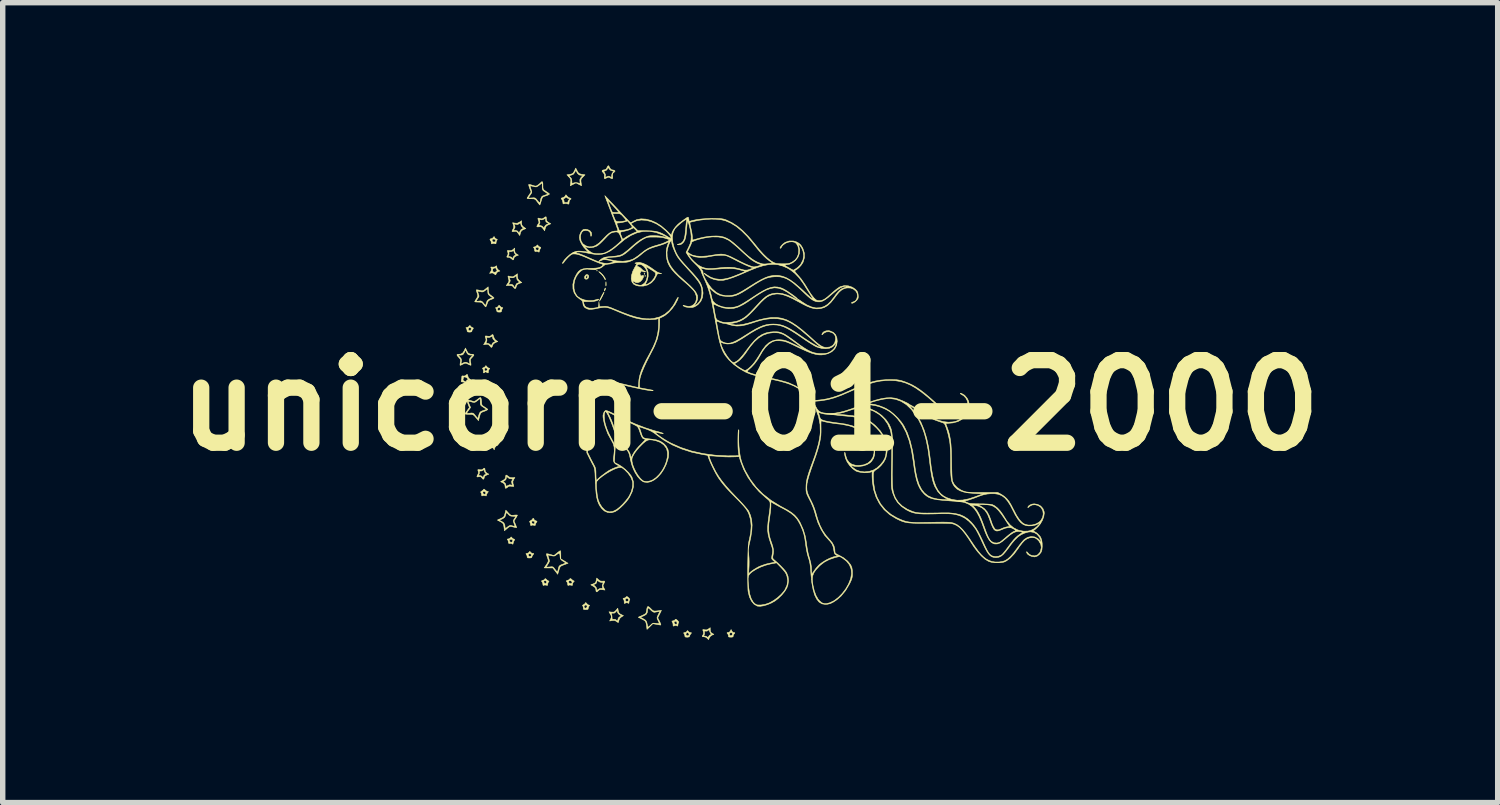
<source format=kicad_pcb>
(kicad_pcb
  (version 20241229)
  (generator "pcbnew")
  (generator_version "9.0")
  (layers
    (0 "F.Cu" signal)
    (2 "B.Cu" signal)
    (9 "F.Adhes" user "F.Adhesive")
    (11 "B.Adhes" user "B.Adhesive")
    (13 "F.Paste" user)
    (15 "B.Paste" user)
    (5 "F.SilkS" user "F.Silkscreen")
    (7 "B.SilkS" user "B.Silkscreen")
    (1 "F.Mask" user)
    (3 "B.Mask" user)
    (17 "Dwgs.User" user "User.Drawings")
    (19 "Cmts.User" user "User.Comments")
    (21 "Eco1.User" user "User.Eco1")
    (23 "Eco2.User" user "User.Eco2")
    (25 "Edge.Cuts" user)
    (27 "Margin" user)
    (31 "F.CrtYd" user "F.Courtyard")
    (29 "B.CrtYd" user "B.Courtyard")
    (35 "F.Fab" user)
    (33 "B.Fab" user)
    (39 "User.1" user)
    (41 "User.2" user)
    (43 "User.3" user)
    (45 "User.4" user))
  (footprint "unicorn-01-2000"
    (layer "F.Cu")
    (at 10.784 4.425)
    (property "Reference" "unicorn-01-2000" (at 0 0 0) (layer "F.SilkS") (effects (font (size 1.524 1.524) (thickness 0.3))))
    (attr through_hole)
    (fp_poly (pts (xy -2.819 -2.483) (xy -2.826 -2.477) (xy -2.832 -2.483) (xy -2.826 -2.489) (xy -2.819 -2.483)) (stroke (width 0.01) (type solid)) (fill yes) (layer "F.SilkS"))
    (fp_poly (pts (xy -1.947 -2.434) (xy -1.946 -2.419) (xy -1.947 -2.417) (xy -1.955 -2.419) (xy -1.956 -2.426) (xy -1.951 -2.436) (xy -1.947 -2.434)) (stroke (width 0.01) (type solid)) (fill yes) (layer "F.SilkS"))
    (fp_poly (pts (xy -1.935 -2.396) (xy -1.933 -2.381) (xy -1.935 -2.379) (xy -1.942 -2.381) (xy -1.943 -2.388) (xy -1.938 -2.398) (xy -1.935 -2.396)) (stroke (width 0.01) (type solid)) (fill yes) (layer "F.SilkS"))
    (fp_poly (pts (xy -2.668 -2.159) (xy -2.674 -2.132) (xy -2.68 -2.121) (xy -2.689 -2.111) (xy -2.691 -2.115) (xy -2.687 -2.135) (xy -2.679 -2.154) (xy -2.671 -2.164) (xy -2.668 -2.159)) (stroke (width 0.01) (type solid)) (fill yes) (layer "F.SilkS"))
    (fp_poly (pts (xy -2.658 -2.27) (xy -2.656 -2.232) (xy -2.658 -2.206) (xy -2.661 -2.201) (xy -2.663 -2.218) (xy -2.663 -2.242) (xy -2.662 -2.27) (xy -2.66 -2.279) (xy -2.658 -2.27)) (stroke (width 0.01) (type solid)) (fill yes) (layer "F.SilkS"))
    (fp_poly (pts (xy -2.788 -2.466) (xy -2.76 -2.446) (xy -2.729 -2.417) (xy -2.701 -2.383) (xy -2.679 -2.351) (xy -2.669 -2.326) (xy -2.671 -2.316) (xy -2.679 -2.323) (xy -2.691 -2.346) (xy -2.692 -2.35) (xy -2.712 -2.381) (xy -2.742 -2.417) (xy -2.761 -2.434) (xy -2.785 -2.456) (xy -2.793 -2.467) (xy -2.788 -2.466)) (stroke (width 0.01) (type solid)) (fill yes) (layer "F.SilkS"))
    (fp_poly (pts (xy -2.694 -2.089) (xy -2.699 -2.072) (xy -2.714 -2.04) (xy -2.734 -1.998) (xy -2.737 -1.994) (xy -2.757 -1.956) (xy -2.773 -1.931) (xy -2.78 -1.923) (xy -2.78 -1.924) (xy -2.775 -1.941) (xy -2.76 -1.973) (xy -2.739 -2.015) (xy -2.737 -2.019) (xy -2.716 -2.057) (xy -2.701 -2.082) (xy -2.694 -2.09) (xy -2.694 -2.089)) (stroke (width 0.01) (type solid)) (fill yes) (layer "F.SilkS"))
    (fp_poly (pts (xy -2.987 -2.403) (xy -2.977 -2.378) (xy -2.985 -2.349) (xy -3.006 -2.329) (xy -3.031 -2.326) (xy -3.051 -2.339) (xy -3.053 -2.344) (xy -3.053 -2.363) (xy -3.033 -2.363) (xy -3.032 -2.341) (xy -3.02 -2.34) (xy -3.005 -2.355) (xy -2.999 -2.374) (xy -3.001 -2.396) (xy -3.012 -2.398) (xy -3.027 -2.382) (xy -3.033 -2.363) (xy -3.053 -2.363) (xy -3.053 -2.373) (xy -3.038 -2.4) (xy -3.014 -2.413) (xy -3.011 -2.413) (xy -2.987 -2.403)) (stroke (width 0.01) (type solid)) (fill yes) (layer "F.SilkS"))
    (fp_poly (pts (xy -4.623 -1.841) (xy -4.613 -1.828) (xy -4.591 -1.809) (xy -4.575 -1.803) (xy -4.562 -1.8) (xy -4.569 -1.788) (xy -4.582 -1.763) (xy -4.585 -1.746) (xy -4.589 -1.728) (xy -4.606 -1.72) (xy -4.629 -1.72) (xy -4.66 -1.723) (xy -4.672 -1.735) (xy -4.674 -1.747) (xy -4.678 -1.765) (xy -4.664 -1.765) (xy -4.65 -1.748) (xy -4.628 -1.747) (xy -4.61 -1.763) (xy -4.608 -1.765) (xy -4.608 -1.791) (xy -4.613 -1.8) (xy -4.631 -1.807) (xy -4.651 -1.798) (xy -4.664 -1.779) (xy -4.664 -1.765) (xy -4.678 -1.765) (xy -4.681 -1.776) (xy -4.689 -1.788) (xy -4.696 -1.8) (xy -4.683 -1.803) (xy -4.659 -1.813) (xy -4.646 -1.828) (xy -4.633 -1.845) (xy -4.623 -1.841)) (stroke (width 0.01) (type solid)) (fill yes) (layer "F.SilkS"))
    (fp_poly (pts (xy -4.891 1.558) (xy -4.889 1.56) (xy -4.864 1.58) (xy -4.843 1.587) (xy -4.829 1.59) (xy -4.834 1.6) (xy -4.843 1.611) (xy -4.86 1.637) (xy -4.864 1.656) (xy -4.869 1.671) (xy -4.886 1.665) (xy -4.918 1.661) (xy -4.93 1.665) (xy -4.947 1.67) (xy -4.953 1.656) (xy -4.953 1.646) (xy -4.958 1.618) (xy -4.964 1.61) (xy -4.933 1.61) (xy -4.924 1.631) (xy -4.904 1.641) (xy -4.883 1.636) (xy -4.875 1.618) (xy -4.882 1.597) (xy -4.888 1.592) (xy -4.913 1.584) (xy -4.924 1.589) (xy -4.933 1.61) (xy -4.964 1.61) (xy -4.968 1.605) (xy -4.969 1.594) (xy -4.948 1.579) (xy -4.924 1.562) (xy -4.915 1.547) (xy -4.908 1.544) (xy -4.891 1.558)) (stroke (width 0.01) (type solid)) (fill yes) (layer "F.SilkS"))
    (fp_poly (pts (xy -4.056 2.7) (xy -4.051 2.708) (xy -4.028 2.727) (xy -4.011 2.731) (xy -3.992 2.732) (xy -3.994 2.742) (xy -4.005 2.754) (xy -4.021 2.779) (xy -4.026 2.796) (xy -4.036 2.81) (xy -4.068 2.814) (xy -4.071 2.814) (xy -4.101 2.812) (xy -4.112 2.801) (xy -4.112 2.793) (xy -4.117 2.767) (xy -4.125 2.753) (xy -4.094 2.753) (xy -4.09 2.773) (xy -4.074 2.788) (xy -4.064 2.79) (xy -4.042 2.781) (xy -4.035 2.769) (xy -4.039 2.745) (xy -4.059 2.735) (xy -4.082 2.738) (xy -4.094 2.753) (xy -4.125 2.753) (xy -4.126 2.752) (xy -4.136 2.735) (xy -4.125 2.731) (xy -4.117 2.731) (xy -4.089 2.721) (xy -4.077 2.708) (xy -4.066 2.693) (xy -4.056 2.7)) (stroke (width 0.01) (type solid)) (fill yes) (layer "F.SilkS"))
    (fp_poly (pts (xy -1.363 3.948) (xy -1.341 3.966) (xy -1.321 3.99) (xy -1.319 4.005) (xy -1.32 4.006) (xy -1.33 4.024) (xy -1.333 4.047) (xy -1.336 4.069) (xy -1.345 4.069) (xy -1.352 4.065) (xy -1.374 4.056) (xy -1.396 4.064) (xy -1.415 4.071) (xy -1.422 4.061) (xy -1.422 4.042) (xy -1.427 4.01) (xy -1.431 4.004) (xy -1.405 4.004) (xy -1.398 4.024) (xy -1.378 4.037) (xy -1.369 4.039) (xy -1.351 4.032) (xy -1.348 4.011) (xy -1.36 3.984) (xy -1.381 3.98) (xy -1.394 3.986) (xy -1.405 4.004) (xy -1.431 4.004) (xy -1.438 3.99) (xy -1.444 3.979) (xy -1.429 3.975) (xy -1.426 3.975) (xy -1.398 3.966) (xy -1.387 3.955) (xy -1.377 3.944) (xy -1.363 3.948)) (stroke (width 0.01) (type solid)) (fill yes) (layer "F.SilkS"))
    (fp_poly (pts (xy -0.339 4.163) (xy -0.32 4.185) (xy -0.301 4.191) (xy -0.284 4.192) (xy -0.285 4.201) (xy -0.298 4.216) (xy -0.313 4.24) (xy -0.314 4.257) (xy -0.318 4.269) (xy -0.342 4.274) (xy -0.357 4.274) (xy -0.39 4.272) (xy -0.401 4.264) (xy -0.4 4.256) (xy -0.402 4.234) (xy -0.411 4.219) (xy -0.385 4.219) (xy -0.385 4.229) (xy -0.37 4.247) (xy -0.348 4.248) (xy -0.33 4.232) (xy -0.329 4.23) (xy -0.33 4.205) (xy -0.335 4.196) (xy -0.355 4.189) (xy -0.375 4.199) (xy -0.385 4.219) (xy -0.411 4.219) (xy -0.414 4.215) (xy -0.428 4.197) (xy -0.423 4.191) (xy -0.409 4.191) (xy -0.382 4.181) (xy -0.367 4.163) (xy -0.352 4.134) (xy -0.339 4.163)) (stroke (width 0.01) (type solid)) (fill yes) (layer "F.SilkS"))
    (fp_poly (pts (xy -5.241 0.623) (xy -5.23 0.634) (xy -5.208 0.654) (xy -5.191 0.66) (xy -5.183 0.665) (xy -5.192 0.676) (xy -5.204 0.7) (xy -5.207 0.721) (xy -5.21 0.741) (xy -5.223 0.741) (xy -5.229 0.738) (xy -5.261 0.734) (xy -5.273 0.738) (xy -5.29 0.743) (xy -5.296 0.729) (xy -5.296 0.719) (xy -5.301 0.692) (xy -5.309 0.679) (xy -5.311 0.676) (xy -5.277 0.676) (xy -5.272 0.698) (xy -5.255 0.711) (xy -5.251 0.711) (xy -5.233 0.701) (xy -5.228 0.693) (xy -5.23 0.671) (xy -5.247 0.657) (xy -5.268 0.659) (xy -5.277 0.676) (xy -5.311 0.676) (xy -5.321 0.663) (xy -5.312 0.651) (xy -5.296 0.648) (xy -5.271 0.639) (xy -5.262 0.628) (xy -5.254 0.617) (xy -5.241 0.623)) (stroke (width 0.01) (type solid)) (fill yes) (layer "F.SilkS"))
    (fp_poly (pts (xy -3.768 3.201) (xy -3.757 3.212) (xy -3.734 3.232) (xy -3.718 3.239) (xy -3.71 3.243) (xy -3.719 3.254) (xy -3.731 3.278) (xy -3.734 3.299) (xy -3.737 3.319) (xy -3.75 3.319) (xy -3.756 3.316) (xy -3.788 3.312) (xy -3.8 3.316) (xy -3.817 3.321) (xy -3.822 3.307) (xy -3.823 3.297) (xy -3.827 3.27) (xy -3.835 3.258) (xy -3.838 3.255) (xy -3.808 3.255) (xy -3.802 3.269) (xy -3.786 3.287) (xy -3.766 3.284) (xy -3.754 3.268) (xy -3.755 3.245) (xy -3.773 3.233) (xy -3.793 3.235) (xy -3.807 3.242) (xy -3.808 3.255) (xy -3.838 3.255) (xy -3.848 3.242) (xy -3.839 3.229) (xy -3.822 3.226) (xy -3.798 3.217) (xy -3.789 3.206) (xy -3.781 3.195) (xy -3.768 3.201)) (stroke (width 0.01) (type solid)) (fill yes) (layer "F.SilkS"))
    (fp_poly (pts (xy -3.024 3.644) (xy -3.015 3.655) (xy -2.994 3.676) (xy -2.976 3.683) (xy -2.963 3.686) (xy -2.969 3.699) (xy -2.973 3.704) (xy -2.986 3.73) (xy -2.987 3.746) (xy -2.991 3.759) (xy -3.011 3.765) (xy -3.033 3.766) (xy -3.065 3.764) (xy -3.077 3.756) (xy -3.076 3.744) (xy -3.078 3.721) (xy -3.064 3.721) (xy -3.05 3.739) (xy -3.028 3.739) (xy -3.01 3.724) (xy -3.008 3.721) (xy -3.008 3.696) (xy -3.013 3.687) (xy -3.031 3.679) (xy -3.051 3.688) (xy -3.064 3.707) (xy -3.064 3.721) (xy -3.078 3.721) (xy -3.079 3.715) (xy -3.085 3.703) (xy -3.092 3.687) (xy -3.077 3.678) (xy -3.075 3.677) (xy -3.051 3.661) (xy -3.042 3.649) (xy -3.035 3.636) (xy -3.024 3.644)) (stroke (width 0.01) (type solid)) (fill yes) (layer "F.SilkS"))
    (fp_poly (pts (xy -1.148 4.16) (xy -1.142 4.169) (xy -1.12 4.187) (xy -1.102 4.191) (xy -1.084 4.193) (xy -1.086 4.202) (xy -1.097 4.214) (xy -1.113 4.24) (xy -1.118 4.256) (xy -1.128 4.27) (xy -1.159 4.275) (xy -1.162 4.275) (xy -1.193 4.272) (xy -1.204 4.262) (xy -1.204 4.254) (xy -1.208 4.228) (xy -1.214 4.219) (xy -1.185 4.219) (xy -1.185 4.229) (xy -1.171 4.247) (xy -1.149 4.25) (xy -1.131 4.239) (xy -1.127 4.231) (xy -1.131 4.207) (xy -1.148 4.192) (xy -1.169 4.191) (xy -1.175 4.195) (xy -1.185 4.219) (xy -1.214 4.219) (xy -1.218 4.212) (xy -1.228 4.196) (xy -1.217 4.191) (xy -1.209 4.191) (xy -1.181 4.181) (xy -1.169 4.169) (xy -1.157 4.153) (xy -1.148 4.16)) (stroke (width 0.01) (type solid)) (fill yes) (layer "F.SilkS"))
    (fp_poly (pts (xy -5.162 -1.467) (xy -5.156 -1.457) (xy -5.136 -1.439) (xy -5.124 -1.435) (xy -5.107 -1.427) (xy -5.109 -1.411) (xy -5.118 -1.403) (xy -5.129 -1.385) (xy -5.131 -1.373) (xy -5.137 -1.358) (xy -5.161 -1.352) (xy -5.175 -1.351) (xy -5.206 -1.354) (xy -5.218 -1.365) (xy -5.22 -1.378) (xy -5.226 -1.404) (xy -5.201 -1.404) (xy -5.191 -1.383) (xy -5.168 -1.375) (xy -5.151 -1.378) (xy -5.15 -1.384) (xy -5.148 -1.4) (xy -5.143 -1.404) (xy -5.14 -1.416) (xy -5.152 -1.428) (xy -5.173 -1.438) (xy -5.19 -1.428) (xy -5.19 -1.428) (xy -5.201 -1.404) (xy -5.226 -1.404) (xy -5.227 -1.407) (xy -5.235 -1.42) (xy -5.242 -1.432) (xy -5.227 -1.435) (xy -5.2 -1.444) (xy -5.186 -1.457) (xy -5.172 -1.473) (xy -5.162 -1.467)) (stroke (width 0.01) (type solid)) (fill yes) (layer "F.SilkS"))
    (fp_poly (pts (xy -3.989 2.093) (xy -3.988 2.102) (xy -3.977 2.118) (xy -3.955 2.129) (xy -3.933 2.136) (xy -3.933 2.147) (xy -3.943 2.158) (xy -3.959 2.185) (xy -3.962 2.202) (xy -3.967 2.216) (xy -3.985 2.211) (xy -3.985 2.211) (xy -4.017 2.207) (xy -4.029 2.212) (xy -4.046 2.216) (xy -4.051 2.202) (xy -4.051 2.192) (xy -4.057 2.165) (xy -4.062 2.156) (xy -4.032 2.156) (xy -4.022 2.177) (xy -4.003 2.187) (xy -3.981 2.183) (xy -3.973 2.164) (xy -3.98 2.143) (xy -3.986 2.138) (xy -4.011 2.13) (xy -4.022 2.136) (xy -4.032 2.156) (xy -4.062 2.156) (xy -4.066 2.152) (xy -4.068 2.14) (xy -4.047 2.125) (xy -4.023 2.109) (xy -4.013 2.095) (xy -4.004 2.083) (xy -4 2.083) (xy -3.989 2.093)) (stroke (width 0.01) (type solid)) (fill yes) (layer "F.SilkS"))
    (fp_poly (pts (xy -2.265 3.529) (xy -2.243 3.547) (xy -2.222 3.571) (xy -2.22 3.586) (xy -2.222 3.587) (xy -2.232 3.605) (xy -2.235 3.628) (xy -2.238 3.65) (xy -2.247 3.65) (xy -2.253 3.646) (xy -2.275 3.637) (xy -2.299 3.645) (xy -2.319 3.653) (xy -2.324 3.643) (xy -2.322 3.629) (xy -2.326 3.596) (xy -2.331 3.585) (xy -2.306 3.585) (xy -2.3 3.605) (xy -2.281 3.619) (xy -2.273 3.619) (xy -2.25 3.609) (xy -2.242 3.598) (xy -2.245 3.575) (xy -2.263 3.558) (xy -2.273 3.556) (xy -2.288 3.562) (xy -2.296 3.567) (xy -2.306 3.585) (xy -2.331 3.585) (xy -2.335 3.577) (xy -2.345 3.561) (xy -2.334 3.556) (xy -2.326 3.556) (xy -2.3 3.547) (xy -2.289 3.536) (xy -2.279 3.525) (xy -2.265 3.529)) (stroke (width 0.01) (type solid)) (fill yes) (layer "F.SilkS"))
    (fp_poly (pts (xy -4.864 -0.724) (xy -4.857 -0.713) (xy -4.835 -0.693) (xy -4.817 -0.686) (xy -4.804 -0.683) (xy -4.81 -0.67) (xy -4.815 -0.665) (xy -4.828 -0.637) (xy -4.828 -0.62) (xy -4.831 -0.6) (xy -4.846 -0.6) (xy -4.862 -0.612) (xy -4.879 -0.621) (xy -4.892 -0.612) (xy -4.912 -0.598) (xy -4.921 -0.605) (xy -4.919 -0.622) (xy -4.92 -0.651) (xy -4.9 -0.651) (xy -4.885 -0.634) (xy -4.88 -0.632) (xy -4.858 -0.638) (xy -4.847 -0.657) (xy -4.853 -0.681) (xy -4.854 -0.682) (xy -4.875 -0.692) (xy -4.884 -0.69) (xy -4.9 -0.674) (xy -4.9 -0.651) (xy -4.92 -0.651) (xy -4.92 -0.653) (xy -4.928 -0.667) (xy -4.937 -0.684) (xy -4.924 -0.692) (xy -4.918 -0.694) (xy -4.893 -0.708) (xy -4.884 -0.721) (xy -4.876 -0.732) (xy -4.864 -0.724)) (stroke (width 0.01) (type solid)) (fill yes) (layer "F.SilkS"))
    (fp_poly (pts (xy -4.772 -0.267) (xy -4.77 -0.264) (xy -4.746 -0.244) (xy -4.732 -0.237) (xy -4.717 -0.227) (xy -4.722 -0.213) (xy -4.726 -0.207) (xy -4.739 -0.18) (xy -4.739 -0.163) (xy -4.738 -0.144) (xy -4.747 -0.143) (xy -4.762 -0.152) (xy -4.789 -0.159) (xy -4.81 -0.157) (xy -4.831 -0.155) (xy -4.832 -0.166) (xy -4.831 -0.171) (xy -4.833 -0.196) (xy -4.841 -0.21) (xy -4.817 -0.21) (xy -4.816 -0.2) (xy -4.802 -0.182) (xy -4.78 -0.179) (xy -4.761 -0.192) (xy -4.758 -0.198) (xy -4.759 -0.223) (xy -4.766 -0.234) (xy -4.788 -0.242) (xy -4.807 -0.232) (xy -4.817 -0.21) (xy -4.841 -0.21) (xy -4.845 -0.216) (xy -4.86 -0.235) (xy -4.857 -0.241) (xy -4.842 -0.241) (xy -4.813 -0.251) (xy -4.8 -0.261) (xy -4.784 -0.275) (xy -4.772 -0.267)) (stroke (width 0.01) (type solid)) (fill yes) (layer "F.SilkS"))
    (fp_poly (pts (xy -4.399 2.433) (xy -4.394 2.442) (xy -4.374 2.46) (xy -4.362 2.464) (xy -4.345 2.471) (xy -4.349 2.489) (xy -4.355 2.496) (xy -4.366 2.517) (xy -4.371 2.54) (xy -4.376 2.56) (xy -4.385 2.557) (xy -4.386 2.555) (xy -4.407 2.544) (xy -4.427 2.546) (xy -4.45 2.547) (xy -4.457 2.533) (xy -4.458 2.524) (xy -4.464 2.494) (xy -4.465 2.492) (xy -4.443 2.492) (xy -4.437 2.507) (xy -4.42 2.525) (xy -4.397 2.525) (xy -4.38 2.508) (xy -4.378 2.503) (xy -4.381 2.479) (xy -4.402 2.468) (xy -4.426 2.472) (xy -4.442 2.48) (xy -4.443 2.492) (xy -4.465 2.492) (xy -4.473 2.479) (xy -4.48 2.467) (xy -4.464 2.464) (xy -4.461 2.464) (xy -4.433 2.454) (xy -4.42 2.442) (xy -4.409 2.426) (xy -4.399 2.433)) (stroke (width 0.01) (type solid)) (fill yes) (layer "F.SilkS"))
    (fp_poly (pts (xy -3.916 -2.952) (xy -3.911 -2.943) (xy -3.892 -2.925) (xy -3.879 -2.921) (xy -3.862 -2.914) (xy -3.866 -2.896) (xy -3.872 -2.889) (xy -3.883 -2.867) (xy -3.888 -2.845) (xy -3.894 -2.825) (xy -3.902 -2.828) (xy -3.903 -2.83) (xy -3.924 -2.841) (xy -3.945 -2.839) (xy -3.967 -2.837) (xy -3.975 -2.852) (xy -3.975 -2.861) (xy -3.981 -2.891) (xy -3.982 -2.893) (xy -3.96 -2.893) (xy -3.955 -2.878) (xy -3.938 -2.86) (xy -3.915 -2.86) (xy -3.897 -2.877) (xy -3.895 -2.882) (xy -3.899 -2.906) (xy -3.919 -2.917) (xy -3.943 -2.913) (xy -3.959 -2.905) (xy -3.96 -2.893) (xy -3.982 -2.893) (xy -3.99 -2.906) (xy -3.997 -2.917) (xy -3.981 -2.921) (xy -3.978 -2.921) (xy -3.95 -2.931) (xy -3.938 -2.943) (xy -3.926 -2.959) (xy -3.916 -2.952)) (stroke (width 0.01) (type solid)) (fill yes) (layer "F.SilkS"))
    (fp_poly (pts (xy -3.307 3.197) (xy -3.291 3.211) (xy -3.267 3.231) (xy -3.248 3.239) (xy -3.244 3.244) (xy -3.254 3.252) (xy -3.272 3.274) (xy -3.277 3.297) (xy -3.279 3.319) (xy -3.291 3.32) (xy -3.298 3.316) (xy -3.331 3.312) (xy -3.343 3.316) (xy -3.36 3.321) (xy -3.365 3.307) (xy -3.365 3.297) (xy -3.37 3.27) (xy -3.378 3.258) (xy -3.381 3.254) (xy -3.351 3.254) (xy -3.345 3.269) (xy -3.328 3.286) (xy -3.304 3.288) (xy -3.286 3.274) (xy -3.285 3.271) (xy -3.287 3.249) (xy -3.306 3.234) (xy -3.331 3.233) (xy -3.332 3.233) (xy -3.349 3.242) (xy -3.351 3.254) (xy -3.381 3.254) (xy -3.391 3.241) (xy -3.381 3.229) (xy -3.366 3.226) (xy -3.34 3.216) (xy -3.33 3.205) (xy -3.32 3.193) (xy -3.307 3.197)) (stroke (width 0.01) (type solid)) (fill yes) (layer "F.SilkS"))
    (fp_poly (pts (xy -4.716 -3.108) (xy -4.712 -3.094) (xy -4.701 -3.077) (xy -4.683 -3.069) (xy -4.664 -3.061) (xy -4.668 -3.049) (xy -4.671 -3.046) (xy -4.683 -3.021) (xy -4.686 -3) (xy -4.689 -2.98) (xy -4.702 -2.98) (xy -4.708 -2.983) (xy -4.74 -2.988) (xy -4.753 -2.983) (xy -4.769 -2.978) (xy -4.775 -2.992) (xy -4.775 -3.002) (xy -4.78 -3.029) (xy -4.788 -3.042) (xy -4.791 -3.045) (xy -4.76 -3.045) (xy -4.755 -3.03) (xy -4.738 -3.013) (xy -4.714 -3.012) (xy -4.696 -3.026) (xy -4.695 -3.028) (xy -4.697 -3.05) (xy -4.715 -3.066) (xy -4.741 -3.066) (xy -4.742 -3.066) (xy -4.759 -3.058) (xy -4.76 -3.045) (xy -4.791 -3.045) (xy -4.8 -3.058) (xy -4.791 -3.07) (xy -4.775 -3.073) (xy -4.75 -3.082) (xy -4.742 -3.092) (xy -4.729 -3.109) (xy -4.716 -3.108)) (stroke (width 0.01) (type solid)) (fill yes) (layer "F.SilkS"))
    (fp_poly (pts (xy -4.702 0.644) (xy -4.699 0.66) (xy -4.689 0.685) (xy -4.671 0.704) (xy -4.653 0.719) (xy -4.649 0.727) (xy -4.663 0.735) (xy -4.68 0.744) (xy -4.702 0.767) (xy -4.712 0.789) (xy -4.72 0.819) (xy -4.738 0.791) (xy -4.767 0.766) (xy -4.792 0.762) (xy -4.816 0.76) (xy -4.819 0.752) (xy -4.809 0.735) (xy -4.796 0.701) (xy -4.797 0.7) (xy -4.784 0.7) (xy -4.781 0.724) (xy -4.77 0.746) (xy -4.757 0.757) (xy -4.728 0.759) (xy -4.707 0.743) (xy -4.699 0.715) (xy -4.704 0.691) (xy -4.719 0.672) (xy -4.732 0.674) (xy -4.756 0.681) (xy -4.764 0.68) (xy -4.779 0.682) (xy -4.784 0.7) (xy -4.797 0.7) (xy -4.801 0.678) (xy -4.807 0.658) (xy -4.798 0.652) (xy -4.776 0.656) (xy -4.747 0.657) (xy -4.732 0.649) (xy -4.715 0.635) (xy -4.702 0.644)) (stroke (width 0.01) (type solid)) (fill yes) (layer "F.SilkS"))
    (fp_poly (pts (xy -4.674 -2.566) (xy -4.674 -2.55) (xy -4.663 -2.516) (xy -4.645 -2.498) (xy -4.616 -2.477) (xy -4.644 -2.469) (xy -4.67 -2.452) (xy -4.683 -2.43) (xy -4.692 -2.408) (xy -4.702 -2.409) (xy -4.716 -2.423) (xy -4.746 -2.441) (xy -4.772 -2.441) (xy -4.806 -2.434) (xy -4.784 -2.468) (xy -4.77 -2.497) (xy -4.77 -2.499) (xy -4.752 -2.499) (xy -4.747 -2.469) (xy -4.727 -2.454) (xy -4.699 -2.456) (xy -4.681 -2.469) (xy -4.666 -2.49) (xy -4.671 -2.499) (xy -4.685 -2.514) (xy -4.686 -2.523) (xy -4.694 -2.537) (xy -4.706 -2.535) (xy -4.73 -2.528) (xy -4.737 -2.527) (xy -4.747 -2.517) (xy -4.752 -2.499) (xy -4.77 -2.499) (xy -4.773 -2.522) (xy -4.776 -2.529) (xy -4.784 -2.548) (xy -4.776 -2.552) (xy -4.754 -2.549) (xy -4.714 -2.551) (xy -4.696 -2.562) (xy -4.68 -2.574) (xy -4.674 -2.566)) (stroke (width 0.01) (type solid)) (fill yes) (layer "F.SilkS"))
    (fp_poly (pts (xy -5.211 -0.564) (xy -5.207 -0.54) (xy -5.197 -0.509) (xy -5.18 -0.491) (xy -5.154 -0.472) (xy -5.181 -0.464) (xy -5.206 -0.447) (xy -5.224 -0.424) (xy -5.237 -0.403) (xy -5.248 -0.402) (xy -5.257 -0.412) (xy -5.282 -0.428) (xy -5.305 -0.432) (xy -5.327 -0.435) (xy -5.329 -0.449) (xy -5.327 -0.454) (xy -5.325 -0.464) (xy -5.298 -0.464) (xy -5.281 -0.451) (xy -5.251 -0.436) (xy -5.236 -0.436) (xy -5.232 -0.45) (xy -5.232 -0.451) (xy -5.222 -0.468) (xy -5.213 -0.47) (xy -5.201 -0.473) (xy -5.205 -0.485) (xy -5.215 -0.499) (xy -5.237 -0.516) (xy -5.262 -0.524) (xy -5.283 -0.521) (xy -5.292 -0.509) (xy -5.291 -0.5) (xy -5.293 -0.48) (xy -5.298 -0.475) (xy -5.298 -0.464) (xy -5.325 -0.464) (xy -5.32 -0.483) (xy -5.319 -0.512) (xy -5.317 -0.538) (xy -5.306 -0.544) (xy -5.291 -0.541) (xy -5.258 -0.543) (xy -5.245 -0.553) (xy -5.224 -0.57) (xy -5.211 -0.564)) (stroke (width 0.01) (type solid)) (fill yes) (layer "F.SilkS"))
    (fp_poly (pts (xy -3.394 -3.88) (xy -3.378 -3.86) (xy -3.376 -3.857) (xy -3.351 -3.833) (xy -3.327 -3.823) (xy -3.326 -3.823) (xy -3.305 -3.816) (xy -3.306 -3.803) (xy -3.321 -3.793) (xy -3.335 -3.775) (xy -3.34 -3.747) (xy -3.343 -3.717) (xy -3.355 -3.71) (xy -3.377 -3.72) (xy -3.404 -3.725) (xy -3.425 -3.72) (xy -3.446 -3.715) (xy -3.454 -3.727) (xy -3.454 -3.743) (xy -3.462 -3.777) (xy -3.474 -3.798) (xy -3.48 -3.806) (xy -3.447 -3.806) (xy -3.442 -3.792) (xy -3.441 -3.79) (xy -3.431 -3.767) (xy -3.433 -3.756) (xy -3.429 -3.743) (xy -3.403 -3.739) (xy -3.397 -3.739) (xy -3.37 -3.742) (xy -3.361 -3.749) (xy -3.361 -3.75) (xy -3.359 -3.766) (xy -3.346 -3.785) (xy -3.333 -3.804) (xy -3.339 -3.81) (xy -3.34 -3.81) (xy -3.362 -3.818) (xy -3.38 -3.831) (xy -3.398 -3.842) (xy -3.404 -3.838) (xy -3.414 -3.824) (xy -3.43 -3.816) (xy -3.447 -3.806) (xy -3.48 -3.806) (xy -3.486 -3.814) (xy -3.479 -3.823) (xy -3.456 -3.829) (xy -3.423 -3.845) (xy -3.409 -3.864) (xy -3.402 -3.881) (xy -3.394 -3.88)) (stroke (width 0.01) (type solid)) (fill yes) (layer "F.SilkS"))
    (fp_poly (pts (xy -0.737 4.144) (xy -0.731 4.178) (xy -0.711 4.2) (xy -0.703 4.204) (xy -0.67 4.222) (xy -0.705 4.237) (xy -0.736 4.259) (xy -0.754 4.286) (xy -0.769 4.32) (xy -0.793 4.294) (xy -0.826 4.272) (xy -0.854 4.267) (xy -0.88 4.266) (xy -0.884 4.257) (xy -0.879 4.249) (xy -0.859 4.249) (xy -0.846 4.254) (xy -0.833 4.255) (xy -0.804 4.262) (xy -0.791 4.275) (xy -0.784 4.286) (xy -0.774 4.276) (xy -0.766 4.262) (xy -0.747 4.238) (xy -0.728 4.229) (xy -0.714 4.227) (xy -0.719 4.217) (xy -0.728 4.206) (xy -0.745 4.179) (xy -0.749 4.161) (xy -0.757 4.143) (xy -0.773 4.144) (xy -0.782 4.154) (xy -0.799 4.163) (xy -0.82 4.162) (xy -0.842 4.161) (xy -0.845 4.175) (xy -0.843 4.187) (xy -0.843 4.218) (xy -0.851 4.236) (xy -0.859 4.249) (xy -0.879 4.249) (xy -0.872 4.236) (xy -0.858 4.204) (xy -0.864 4.172) (xy -0.874 4.143) (xy -0.871 4.133) (xy -0.853 4.136) (xy -0.841 4.139) (xy -0.805 4.141) (xy -0.772 4.125) (xy -0.737 4.1) (xy -0.737 4.144)) (stroke (width 0.01) (type solid)) (fill yes) (layer "F.SilkS"))
    (fp_poly (pts (xy -2.433 3.789) (xy -2.421 3.826) (xy -2.395 3.85) (xy -2.381 3.857) (xy -2.337 3.878) (xy -2.375 3.901) (xy -2.405 3.928) (xy -2.42 3.959) (xy -2.426 3.987) (xy -2.43 4.003) (xy -2.44 4.002) (xy -2.461 3.988) (xy -2.463 3.986) (xy -2.494 3.968) (xy -2.53 3.966) (xy -2.543 3.968) (xy -2.592 3.976) (xy -2.571 3.936) (xy -2.56 3.909) (xy -2.56 3.888) (xy -2.572 3.861) (xy -2.578 3.852) (xy -2.585 3.84) (xy -2.56 3.84) (xy -2.557 3.847) (xy -2.551 3.873) (xy -2.548 3.909) (xy -2.546 3.937) (xy -2.537 3.947) (xy -2.52 3.944) (xy -2.489 3.947) (xy -2.476 3.956) (xy -2.455 3.974) (xy -2.442 3.967) (xy -2.438 3.945) (xy -2.426 3.915) (xy -2.406 3.899) (xy -2.374 3.881) (xy -2.406 3.864) (xy -2.433 3.84) (xy -2.447 3.814) (xy -2.455 3.78) (xy -2.478 3.809) (xy -2.506 3.831) (xy -2.534 3.832) (xy -2.557 3.83) (xy -2.56 3.84) (xy -2.585 3.84) (xy -2.604 3.807) (xy -2.556 3.813) (xy -2.522 3.814) (xy -2.497 3.803) (xy -2.475 3.78) (xy -2.442 3.741) (xy -2.433 3.789)) (stroke (width 0.01) (type solid)) (fill yes) (layer "F.SilkS"))
    (fp_poly (pts (xy -4.47 1.303) (xy -4.461 1.311) (xy -4.427 1.332) (xy -4.385 1.335) (xy -4.339 1.331) (xy -4.361 1.365) (xy -4.377 1.402) (xy -4.374 1.444) (xy -4.362 1.477) (xy -4.359 1.492) (xy -4.369 1.496) (xy -4.398 1.492) (xy -4.4 1.492) (xy -4.436 1.489) (xy -4.463 1.499) (xy -4.475 1.51) (xy -4.498 1.526) (xy -4.512 1.529) (xy -4.513 1.528) (xy -4.519 1.51) (xy -4.521 1.484) (xy -4.528 1.455) (xy -4.552 1.433) (xy -4.562 1.428) (xy -4.602 1.407) (xy -4.602 1.406) (xy -4.564 1.406) (xy -4.536 1.421) (xy -4.515 1.441) (xy -4.508 1.459) (xy -4.503 1.486) (xy -4.487 1.49) (xy -4.47 1.479) (xy -4.437 1.465) (xy -4.415 1.468) (xy -4.392 1.472) (xy -4.387 1.464) (xy -4.394 1.441) (xy -4.401 1.408) (xy -4.395 1.392) (xy -4.382 1.37) (xy -4.388 1.356) (xy -4.408 1.355) (xy -4.439 1.351) (xy -4.465 1.333) (xy -4.496 1.304) (xy -4.496 1.337) (xy -4.506 1.37) (xy -4.53 1.389) (xy -4.564 1.406) (xy -4.602 1.406) (xy -4.565 1.387) (xy -4.529 1.365) (xy -4.513 1.34) (xy -4.509 1.311) (xy -4.505 1.288) (xy -4.494 1.286) (xy -4.47 1.303)) (stroke (width 0.01) (type solid)) (fill yes) (layer "F.SilkS"))
    (fp_poly (pts (xy -4.343 -2.856) (xy -4.338 -2.82) (xy -4.316 -2.796) (xy -4.308 -2.791) (xy -4.274 -2.77) (xy -4.315 -2.755) (xy -4.344 -2.739) (xy -4.356 -2.72) (xy -4.356 -2.72) (xy -4.362 -2.689) (xy -4.376 -2.682) (xy -4.396 -2.698) (xy -4.398 -2.7) (xy -4.432 -2.726) (xy -4.459 -2.731) (xy -4.484 -2.732) (xy -4.488 -2.74) (xy -4.484 -2.748) (xy -4.466 -2.748) (xy -4.453 -2.743) (xy -4.442 -2.743) (xy -4.41 -2.735) (xy -4.393 -2.722) (xy -4.379 -2.708) (xy -4.373 -2.717) (xy -4.371 -2.728) (xy -4.357 -2.753) (xy -4.342 -2.763) (xy -4.324 -2.771) (xy -4.328 -2.783) (xy -4.336 -2.793) (xy -4.352 -2.82) (xy -4.356 -2.837) (xy -4.36 -2.851) (xy -4.375 -2.848) (xy -4.383 -2.844) (xy -4.413 -2.835) (xy -4.432 -2.836) (xy -4.447 -2.835) (xy -4.449 -2.817) (xy -4.448 -2.811) (xy -4.449 -2.78) (xy -4.458 -2.762) (xy -4.466 -2.748) (xy -4.484 -2.748) (xy -4.477 -2.761) (xy -4.464 -2.791) (xy -4.47 -2.824) (xy -4.47 -2.826) (xy -4.478 -2.849) (xy -4.472 -2.857) (xy -4.447 -2.853) (xy -4.443 -2.853) (xy -4.407 -2.852) (xy -4.377 -2.869) (xy -4.373 -2.872) (xy -4.343 -2.9) (xy -4.343 -2.856)) (stroke (width 0.01) (type solid)) (fill yes) (layer "F.SilkS"))
    (fp_poly (pts (xy -2.796 3.217) (xy -2.765 3.239) (xy -2.731 3.243) (xy -2.721 3.242) (xy -2.692 3.24) (xy -2.682 3.247) (xy -2.689 3.269) (xy -2.7 3.288) (xy -2.713 3.314) (xy -2.713 3.335) (xy -2.699 3.365) (xy -2.699 3.365) (xy -2.678 3.406) (xy -2.727 3.398) (xy -2.763 3.395) (xy -2.787 3.404) (xy -2.8 3.416) (xy -2.824 3.438) (xy -2.839 3.437) (xy -2.845 3.412) (xy -2.845 3.403) (xy -2.85 3.374) (xy -2.869 3.352) (xy -2.892 3.337) (xy -2.939 3.309) (xy -2.93 3.306) (xy -2.9 3.306) (xy -2.866 3.33) (xy -2.838 3.362) (xy -2.832 3.388) (xy -2.831 3.41) (xy -2.823 3.411) (xy -2.805 3.396) (xy -2.774 3.379) (xy -2.748 3.376) (xy -2.726 3.376) (xy -2.722 3.362) (xy -2.725 3.349) (xy -2.725 3.313) (xy -2.718 3.29) (xy -2.711 3.272) (xy -2.721 3.265) (xy -2.741 3.264) (xy -2.774 3.258) (xy -2.794 3.245) (xy -2.814 3.232) (xy -2.828 3.242) (xy -2.832 3.264) (xy -2.844 3.287) (xy -2.866 3.297) (xy -2.9 3.306) (xy -2.93 3.306) (xy -2.893 3.292) (xy -2.86 3.274) (xy -2.844 3.25) (xy -2.839 3.229) (xy -2.83 3.185) (xy -2.796 3.217)) (stroke (width 0.01) (type solid)) (fill yes) (layer "F.SilkS"))
    (fp_poly (pts (xy -4.743 -1.301) (xy -4.733 -1.272) (xy -4.732 -1.265) (xy -4.712 -1.22) (xy -4.689 -1.199) (xy -4.655 -1.177) (xy -4.696 -1.16) (xy -4.726 -1.142) (xy -4.744 -1.122) (xy -4.745 -1.121) (xy -4.758 -1.084) (xy -4.768 -1.069) (xy -4.781 -1.074) (xy -4.799 -1.095) (xy -4.824 -1.12) (xy -4.848 -1.128) (xy -4.873 -1.126) (xy -4.916 -1.119) (xy -4.897 -1.15) (xy -4.871 -1.15) (xy -4.86 -1.143) (xy -4.847 -1.143) (xy -4.817 -1.136) (xy -4.801 -1.124) (xy -4.78 -1.107) (xy -4.765 -1.114) (xy -4.759 -1.131) (xy -4.742 -1.156) (xy -4.725 -1.164) (xy -4.703 -1.175) (xy -4.704 -1.188) (xy -4.724 -1.204) (xy -4.745 -1.229) (xy -4.75 -1.252) (xy -4.752 -1.274) (xy -4.761 -1.275) (xy -4.778 -1.265) (xy -4.813 -1.252) (xy -4.835 -1.253) (xy -4.856 -1.256) (xy -4.861 -1.244) (xy -4.857 -1.228) (xy -4.856 -1.193) (xy -4.863 -1.17) (xy -4.871 -1.15) (xy -4.897 -1.15) (xy -4.89 -1.161) (xy -4.873 -1.195) (xy -4.872 -1.222) (xy -4.877 -1.238) (xy -4.887 -1.267) (xy -4.884 -1.279) (xy -4.864 -1.279) (xy -4.841 -1.275) (xy -4.803 -1.273) (xy -4.78 -1.284) (xy -4.776 -1.288) (xy -4.756 -1.306) (xy -4.743 -1.301)) (stroke (width 0.01) (type solid)) (fill yes) (layer "F.SilkS"))
    (fp_poly (pts (xy -4.216 -3.361) (xy -4.211 -3.325) (xy -4.191 -3.299) (xy -4.177 -3.288) (xy -4.137 -3.26) (xy -4.182 -3.242) (xy -4.216 -3.223) (xy -4.233 -3.194) (xy -4.238 -3.178) (xy -4.249 -3.131) (xy -4.279 -3.173) (xy -4.301 -3.2) (xy -4.321 -3.21) (xy -4.351 -3.207) (xy -4.351 -3.207) (xy -4.382 -3.203) (xy -4.392 -3.21) (xy -4.385 -3.23) (xy -4.382 -3.235) (xy -4.362 -3.235) (xy -4.357 -3.227) (xy -4.331 -3.226) (xy -4.296 -3.217) (xy -4.278 -3.197) (xy -4.267 -3.179) (xy -4.26 -3.18) (xy -4.249 -3.202) (xy -4.247 -3.208) (xy -4.226 -3.24) (xy -4.201 -3.256) (xy -4.172 -3.263) (xy -4.201 -3.283) (xy -4.223 -3.311) (xy -4.229 -3.334) (xy -4.233 -3.36) (xy -4.245 -3.363) (xy -4.268 -3.346) (xy -4.291 -3.334) (xy -4.322 -3.339) (xy -4.323 -3.339) (xy -4.348 -3.347) (xy -4.355 -3.34) (xy -4.344 -3.316) (xy -4.342 -3.313) (xy -4.336 -3.287) (xy -4.349 -3.257) (xy -4.349 -3.257) (xy -4.362 -3.235) (xy -4.382 -3.235) (xy -4.373 -3.251) (xy -4.36 -3.282) (xy -4.362 -3.313) (xy -4.367 -3.327) (xy -4.381 -3.368) (xy -4.337 -3.36) (xy -4.296 -3.358) (xy -4.26 -3.375) (xy -4.254 -3.378) (xy -4.216 -3.405) (xy -4.216 -3.361)) (stroke (width 0.01) (type solid)) (fill yes) (layer "F.SilkS"))
    (fp_poly (pts (xy -3.76 -3.456) (xy -3.759 -3.438) (xy -3.754 -3.406) (xy -3.735 -3.383) (xy -3.718 -3.372) (xy -3.677 -3.348) (xy -3.722 -3.33) (xy -3.756 -3.312) (xy -3.774 -3.284) (xy -3.779 -3.266) (xy -3.791 -3.219) (xy -3.82 -3.26) (xy -3.842 -3.286) (xy -3.864 -3.295) (xy -3.893 -3.293) (xy -3.925 -3.291) (xy -3.935 -3.3) (xy -3.925 -3.322) (xy -3.919 -3.331) (xy -3.899 -3.331) (xy -3.89 -3.319) (xy -3.867 -3.315) (xy -3.835 -3.304) (xy -3.82 -3.289) (xy -3.808 -3.271) (xy -3.8 -3.275) (xy -3.792 -3.295) (xy -3.772 -3.323) (xy -3.75 -3.336) (xy -3.725 -3.347) (xy -3.725 -3.36) (xy -3.747 -3.372) (xy -3.767 -3.388) (xy -3.772 -3.417) (xy -3.773 -3.443) (xy -3.782 -3.447) (xy -3.803 -3.435) (xy -3.84 -3.421) (xy -3.861 -3.423) (xy -3.88 -3.426) (xy -3.884 -3.416) (xy -3.88 -3.393) (xy -3.878 -3.363) (xy -3.885 -3.347) (xy -3.899 -3.331) (xy -3.919 -3.331) (xy -3.912 -3.34) (xy -3.897 -3.364) (xy -3.896 -3.386) (xy -3.906 -3.413) (xy -3.915 -3.442) (xy -3.91 -3.453) (xy -3.886 -3.449) (xy -3.869 -3.442) (xy -3.839 -3.438) (xy -3.811 -3.451) (xy -3.806 -3.455) (xy -3.778 -3.475) (xy -3.764 -3.476) (xy -3.76 -3.456)) (stroke (width 0.01) (type solid)) (fill yes) (layer "F.SilkS"))
    (fp_poly (pts (xy -4.894 1.163) (xy -4.89 1.193) (xy -4.889 1.193) (xy -4.882 1.227) (xy -4.855 1.25) (xy -4.855 1.25) (xy -4.82 1.269) (xy -4.861 1.285) (xy -4.889 1.301) (xy -4.902 1.318) (xy -4.902 1.32) (xy -4.909 1.349) (xy -4.913 1.356) (xy -4.924 1.363) (xy -4.939 1.349) (xy -4.945 1.341) (xy -4.965 1.318) (xy -4.991 1.314) (xy -5.004 1.316) (xy -5.032 1.32) (xy -5.04 1.312) (xy -5.03 1.29) (xy -5.011 1.29) (xy -4.999 1.295) (xy -4.986 1.295) (xy -4.958 1.302) (xy -4.945 1.314) (xy -4.933 1.327) (xy -4.92 1.32) (xy -4.915 1.302) (xy -4.904 1.285) (xy -4.887 1.276) (xy -4.868 1.267) (xy -4.872 1.258) (xy -4.881 1.251) (xy -4.898 1.226) (xy -4.902 1.208) (xy -4.904 1.189) (xy -4.915 1.189) (xy -4.928 1.198) (xy -4.958 1.21) (xy -4.978 1.21) (xy -4.995 1.21) (xy -4.996 1.227) (xy -4.995 1.231) (xy -4.996 1.261) (xy -5.004 1.276) (xy -5.011 1.29) (xy -5.03 1.29) (xy -5.03 1.289) (xy -5.023 1.278) (xy -5.01 1.246) (xy -5.016 1.214) (xy -5.023 1.191) (xy -5.017 1.184) (xy -4.992 1.187) (xy -4.987 1.188) (xy -4.95 1.189) (xy -4.928 1.176) (xy -4.907 1.158) (xy -4.894 1.163)) (stroke (width 0.01) (type solid)) (fill yes) (layer "F.SilkS"))
    (fp_poly (pts (xy -4.293 -2.379) (xy -4.288 -2.341) (xy -4.27 -2.313) (xy -4.252 -2.297) (xy -4.212 -2.264) (xy -4.258 -2.249) (xy -4.292 -2.232) (xy -4.309 -2.207) (xy -4.312 -2.197) (xy -4.323 -2.162) (xy -4.338 -2.153) (xy -4.357 -2.169) (xy -4.363 -2.178) (xy -4.382 -2.199) (xy -4.408 -2.208) (xy -4.441 -2.21) (xy -4.498 -2.21) (xy -4.477 -2.239) (xy -4.454 -2.239) (xy -4.453 -2.228) (xy -4.433 -2.228) (xy -4.422 -2.23) (xy -4.394 -2.231) (xy -4.373 -2.216) (xy -4.362 -2.201) (xy -4.339 -2.165) (xy -4.328 -2.206) (xy -4.311 -2.241) (xy -4.286 -2.255) (xy -4.26 -2.266) (xy -4.259 -2.279) (xy -4.28 -2.296) (xy -4.301 -2.323) (xy -4.305 -2.35) (xy -4.31 -2.38) (xy -4.323 -2.386) (xy -4.344 -2.368) (xy -4.344 -2.367) (xy -4.369 -2.353) (xy -4.403 -2.354) (xy -4.434 -2.357) (xy -4.443 -2.351) (xy -4.436 -2.331) (xy -4.431 -2.322) (xy -4.425 -2.296) (xy -4.438 -2.267) (xy -4.454 -2.239) (xy -4.477 -2.239) (xy -4.47 -2.249) (xy -4.452 -2.279) (xy -4.449 -2.306) (xy -4.456 -2.334) (xy -4.464 -2.365) (xy -4.466 -2.382) (xy -4.466 -2.384) (xy -4.453 -2.383) (xy -4.425 -2.376) (xy -4.42 -2.375) (xy -4.388 -2.369) (xy -4.363 -2.376) (xy -4.335 -2.395) (xy -4.293 -2.427) (xy -4.293 -2.379)) (stroke (width 0.01) (type solid)) (fill yes) (layer "F.SilkS"))
    (fp_poly (pts (xy -3.19 -4.322) (xy -3.17 -4.288) (xy -3.148 -4.271) (xy -3.115 -4.262) (xy -3.104 -4.26) (xy -3.046 -4.251) (xy -3.087 -4.209) (xy -3.112 -4.181) (xy -3.122 -4.157) (xy -3.121 -4.125) (xy -3.119 -4.109) (xy -3.11 -4.05) (xy -3.161 -4.076) (xy -3.213 -4.103) (xy -3.266 -4.076) (xy -3.318 -4.049) (xy -3.31 -4.11) (xy -3.307 -4.149) (xy -3.312 -4.174) (xy -3.329 -4.199) (xy -3.341 -4.211) (xy -3.356 -4.227) (xy -3.338 -4.227) (xy -3.323 -4.21) (xy -3.315 -4.204) (xy -3.295 -4.178) (xy -3.289 -4.136) (xy -3.288 -4.105) (xy -3.281 -4.094) (xy -3.267 -4.097) (xy -3.237 -4.105) (xy -3.213 -4.107) (xy -3.178 -4.102) (xy -3.157 -4.096) (xy -3.142 -4.092) (xy -3.137 -4.102) (xy -3.14 -4.129) (xy -3.141 -4.164) (xy -3.125 -4.194) (xy -3.114 -4.207) (xy -3.094 -4.23) (xy -3.09 -4.239) (xy -3.102 -4.242) (xy -3.108 -4.242) (xy -3.152 -4.249) (xy -3.182 -4.274) (xy -3.196 -4.297) (xy -3.217 -4.337) (xy -3.236 -4.296) (xy -3.26 -4.263) (xy -3.296 -4.247) (xy -3.298 -4.247) (xy -3.33 -4.238) (xy -3.338 -4.227) (xy -3.356 -4.227) (xy -3.38 -4.251) (xy -3.324 -4.26) (xy -3.288 -4.268) (xy -3.266 -4.283) (xy -3.247 -4.313) (xy -3.243 -4.321) (xy -3.217 -4.375) (xy -3.19 -4.322)) (stroke (width 0.01) (type solid)) (fill yes) (layer "F.SilkS"))
    (fp_poly (pts (xy -2.605 -4.409) (xy -2.592 -4.384) (xy -2.591 -4.381) (xy -2.569 -4.351) (xy -2.548 -4.343) (xy -2.516 -4.337) (xy -2.502 -4.331) (xy -2.492 -4.32) (xy -2.5 -4.307) (xy -2.513 -4.298) (xy -2.533 -4.279) (xy -2.539 -4.255) (xy -2.536 -4.227) (xy -2.535 -4.192) (xy -2.546 -4.179) (xy -2.569 -4.188) (xy -2.583 -4.197) (xy -2.603 -4.208) (xy -2.625 -4.205) (xy -2.643 -4.197) (xy -2.675 -4.182) (xy -2.689 -4.183) (xy -2.691 -4.201) (xy -2.689 -4.221) (xy -2.688 -4.257) (xy -2.703 -4.284) (xy -2.713 -4.294) (xy -2.723 -4.307) (xy -2.698 -4.307) (xy -2.686 -4.292) (xy -2.67 -4.257) (xy -2.67 -4.236) (xy -2.674 -4.212) (xy -2.668 -4.206) (xy -2.648 -4.213) (xy -2.636 -4.219) (xy -2.607 -4.227) (xy -2.589 -4.22) (xy -2.588 -4.219) (xy -2.566 -4.204) (xy -2.555 -4.213) (xy -2.555 -4.234) (xy -2.55 -4.267) (xy -2.535 -4.291) (xy -2.52 -4.31) (xy -2.523 -4.319) (xy -2.548 -4.325) (xy -2.55 -4.326) (xy -2.582 -4.339) (xy -2.598 -4.358) (xy -2.611 -4.379) (xy -2.625 -4.376) (xy -2.635 -4.357) (xy -2.652 -4.336) (xy -2.675 -4.325) (xy -2.698 -4.318) (xy -2.698 -4.307) (xy -2.723 -4.307) (xy -2.731 -4.318) (xy -2.726 -4.335) (xy -2.697 -4.343) (xy -2.684 -4.343) (xy -2.657 -4.356) (xy -2.642 -4.381) (xy -2.628 -4.408) (xy -2.617 -4.42) (xy -2.616 -4.42) (xy -2.605 -4.409)) (stroke (width 0.01) (type solid)) (fill yes) (layer "F.SilkS"))
    (fp_poly (pts (xy -5.227 -1.006) (xy -5.203 -0.966) (xy -5.169 -0.946) (xy -5.121 -0.94) (xy -5.098 -0.936) (xy -5.096 -0.923) (xy -5.114 -0.9) (xy -5.129 -0.884) (xy -5.152 -0.859) (xy -5.16 -0.836) (xy -5.157 -0.803) (xy -5.155 -0.796) (xy -5.15 -0.763) (xy -5.149 -0.742) (xy -5.15 -0.739) (xy -5.162 -0.742) (xy -5.189 -0.753) (xy -5.203 -0.76) (xy -5.235 -0.775) (xy -5.256 -0.778) (xy -5.28 -0.77) (xy -5.296 -0.761) (xy -5.326 -0.746) (xy -5.346 -0.738) (xy -5.348 -0.737) (xy -5.351 -0.748) (xy -5.348 -0.776) (xy -5.346 -0.791) (xy -5.341 -0.827) (xy -5.347 -0.852) (xy -5.368 -0.878) (xy -5.373 -0.883) (xy -5.4 -0.914) (xy -5.406 -0.927) (xy -5.39 -0.927) (xy -5.354 -0.89) (xy -5.331 -0.861) (xy -5.324 -0.835) (xy -5.327 -0.807) (xy -5.335 -0.762) (xy -5.292 -0.782) (xy -5.261 -0.795) (xy -5.238 -0.795) (xy -5.208 -0.782) (xy -5.207 -0.781) (xy -5.166 -0.76) (xy -5.174 -0.807) (xy -5.178 -0.842) (xy -5.168 -0.867) (xy -5.148 -0.891) (xy -5.113 -0.927) (xy -5.151 -0.927) (xy -5.191 -0.932) (xy -5.216 -0.952) (xy -5.233 -0.985) (xy -5.247 -1.022) (xy -5.272 -0.975) (xy -5.291 -0.944) (xy -5.311 -0.93) (xy -5.342 -0.927) (xy -5.343 -0.927) (xy -5.39 -0.927) (xy -5.406 -0.927) (xy -5.408 -0.931) (xy -5.398 -0.939) (xy -5.382 -0.94) (xy -5.333 -0.946) (xy -5.299 -0.968) (xy -5.275 -1.006) (xy -5.25 -1.057) (xy -5.227 -1.006)) (stroke (width 0.01) (type solid)) (fill yes) (layer "F.SilkS"))
    (fp_poly (pts (xy -4.461 1.983) (xy -4.433 2.012) (xy -4.411 2.026) (xy -4.386 2.029) (xy -4.354 2.025) (xy -4.319 2.022) (xy -4.296 2.023) (xy -4.293 2.025) (xy -4.299 2.039) (xy -4.315 2.067) (xy -4.324 2.082) (xy -4.356 2.132) (xy -4.33 2.192) (xy -4.316 2.226) (xy -4.309 2.249) (xy -4.308 2.255) (xy -4.321 2.253) (xy -4.351 2.247) (xy -4.372 2.242) (xy -4.408 2.234) (xy -4.432 2.234) (xy -4.455 2.247) (xy -4.482 2.269) (xy -4.532 2.312) (xy -4.54 2.244) (xy -4.547 2.204) (xy -4.558 2.179) (xy -4.579 2.16) (xy -4.606 2.145) (xy -4.657 2.118) (xy -4.629 2.118) (xy -4.583 2.14) (xy -4.545 2.166) (xy -4.526 2.201) (xy -4.521 2.245) (xy -4.518 2.264) (xy -4.506 2.265) (xy -4.481 2.249) (xy -4.462 2.232) (xy -4.429 2.214) (xy -4.405 2.216) (xy -4.364 2.228) (xy -4.344 2.23) (xy -4.34 2.221) (xy -4.347 2.198) (xy -4.354 2.181) (xy -4.365 2.145) (xy -4.366 2.123) (xy -4.356 2.101) (xy -4.345 2.085) (xy -4.316 2.045) (xy -4.373 2.045) (xy -4.413 2.042) (xy -4.441 2.028) (xy -4.463 2.006) (xy -4.483 1.984) (xy -4.495 1.979) (xy -4.504 1.995) (xy -4.514 2.033) (xy -4.514 2.036) (xy -4.528 2.064) (xy -4.558 2.086) (xy -4.576 2.095) (xy -4.629 2.118) (xy -4.657 2.118) (xy -4.662 2.115) (xy -4.6 2.087) (xy -4.562 2.069) (xy -4.541 2.05) (xy -4.529 2.023) (xy -4.522 1.996) (xy -4.506 1.933) (xy -4.461 1.983)) (stroke (width 0.01) (type solid)) (fill yes) (layer "F.SilkS"))
    (fp_poly (pts (xy -1.853 3.729) (xy -1.835 3.747) (xy -1.806 3.775) (xy -1.784 3.79) (xy -1.759 3.794) (xy -1.72 3.791) (xy -1.711 3.79) (xy -1.637 3.781) (xy -1.671 3.85) (xy -1.705 3.919) (xy -1.671 3.985) (xy -1.655 4.02) (xy -1.648 4.044) (xy -1.649 4.051) (xy -1.667 4.049) (xy -1.701 4.043) (xy -1.728 4.038) (xy -1.796 4.026) (xy -1.849 4.078) (xy -1.903 4.131) (xy -1.911 4.069) (xy -1.918 4.022) (xy -1.927 3.993) (xy -1.942 3.973) (xy -1.97 3.955) (xy -1.996 3.942) (xy -2.064 3.907) (xy -2.062 3.906) (xy -2.026 3.906) (xy -1.969 3.938) (xy -1.933 3.96) (xy -1.914 3.982) (xy -1.904 4.014) (xy -1.901 4.029) (xy -1.892 4.064) (xy -1.884 4.086) (xy -1.881 4.089) (xy -1.867 4.081) (xy -1.844 4.06) (xy -1.834 4.051) (xy -1.809 4.027) (xy -1.787 4.017) (xy -1.755 4.018) (xy -1.737 4.02) (xy -1.702 4.023) (xy -1.68 4.021) (xy -1.677 4.018) (xy -1.683 4) (xy -1.697 3.971) (xy -1.701 3.963) (xy -1.714 3.936) (xy -1.718 3.916) (xy -1.711 3.893) (xy -1.694 3.858) (xy -1.664 3.798) (xy -1.705 3.805) (xy -1.741 3.811) (xy -1.767 3.816) (xy -1.788 3.81) (xy -1.817 3.79) (xy -1.83 3.777) (xy -1.862 3.747) (xy -1.881 3.736) (xy -1.89 3.745) (xy -1.892 3.769) (xy -1.897 3.817) (xy -1.913 3.849) (xy -1.945 3.872) (xy -1.966 3.882) (xy -2.026 3.906) (xy -2.062 3.906) (xy -1.992 3.875) (xy -1.952 3.856) (xy -1.929 3.841) (xy -1.918 3.821) (xy -1.912 3.791) (xy -1.911 3.785) (xy -1.903 3.737) (xy -1.893 3.713) (xy -1.877 3.711) (xy -1.853 3.729)) (stroke (width 0.01) (type solid)) (fill yes) (layer "F.SilkS"))
    (fp_poly (pts (xy -3.496 2.691) (xy -3.493 2.721) (xy -3.493 2.755) (xy -3.493 2.83) (xy -3.359 2.912) (xy -3.433 2.939) (xy -3.473 2.955) (xy -3.497 2.969) (xy -3.512 2.991) (xy -3.524 3.027) (xy -3.528 3.04) (xy -3.55 3.115) (xy -3.594 3.057) (xy -3.639 2.998) (xy -3.719 2.998) (xy -3.799 2.997) (xy -3.786 2.98) (xy -3.759 2.98) (xy -3.748 2.983) (xy -3.719 2.982) (xy -3.698 2.98) (xy -3.66 2.976) (xy -3.637 2.98) (xy -3.619 2.997) (xy -3.601 3.022) (xy -3.579 3.05) (xy -3.561 3.066) (xy -3.556 3.067) (xy -3.547 3.051) (xy -3.539 3.021) (xy -3.537 3.009) (xy -3.526 2.971) (xy -3.507 2.951) (xy -3.494 2.944) (xy -3.446 2.926) (xy -3.418 2.914) (xy -3.409 2.904) (xy -3.417 2.895) (xy -3.439 2.88) (xy -3.452 2.873) (xy -3.485 2.849) (xy -3.5 2.828) (xy -3.505 2.8) (xy -3.505 2.794) (xy -3.509 2.75) (xy -3.52 2.73) (xy -3.54 2.731) (xy -3.568 2.751) (xy -3.595 2.771) (xy -3.617 2.779) (xy -3.647 2.776) (xy -3.668 2.772) (xy -3.703 2.764) (xy -3.726 2.761) (xy -3.731 2.761) (xy -3.729 2.774) (xy -3.72 2.803) (xy -3.715 2.82) (xy -3.704 2.855) (xy -3.703 2.879) (xy -3.715 2.904) (xy -3.727 2.923) (xy -3.746 2.954) (xy -3.758 2.975) (xy -3.759 2.98) (xy -3.786 2.98) (xy -3.76 2.941) (xy -3.735 2.903) (xy -3.724 2.874) (xy -3.726 2.846) (xy -3.738 2.807) (xy -3.742 2.797) (xy -3.753 2.764) (xy -3.758 2.741) (xy -3.757 2.737) (xy -3.742 2.737) (xy -3.712 2.743) (xy -3.685 2.75) (xy -3.619 2.77) (xy -3.564 2.725) (xy -3.532 2.7) (xy -3.509 2.684) (xy -3.501 2.68) (xy -3.496 2.691)) (stroke (width 0.01) (type solid)) (fill yes) (layer "F.SilkS"))
    (fp_poly (pts (xy -4.969 -0.14) (xy -4.964 -0.131) (xy -4.958 -0.104) (xy -4.954 -0.065) (xy -4.954 -0.055) (xy -4.951 -0.022) (xy -4.942 -0.000245) (xy -4.918 0.019) (xy -4.896 0.032) (xy -4.864 0.053) (xy -4.843 0.07) (xy -4.839 0.076) (xy -4.85 0.085) (xy -4.878 0.099) (xy -4.905 0.11) (xy -4.943 0.124) (xy -4.964 0.139) (xy -4.978 0.161) (xy -4.989 0.199) (xy -4.992 0.208) (xy -5.011 0.282) (xy -5.059 0.224) (xy -5.087 0.191) (xy -5.109 0.174) (xy -5.135 0.166) (xy -5.175 0.165) (xy -5.182 0.165) (xy -5.222 0.164) (xy -5.25 0.161) (xy -5.258 0.158) (xy -5.251 0.144) (xy -5.248 0.14) (xy -5.225 0.14) (xy -5.22 0.149) (xy -5.197 0.148) (xy -5.172 0.145) (xy -5.135 0.141) (xy -5.111 0.145) (xy -5.091 0.16) (xy -5.066 0.191) (xy -5.023 0.244) (xy -5.005 0.181) (xy -4.992 0.144) (xy -4.976 0.121) (xy -4.95 0.106) (xy -4.923 0.096) (xy -4.86 0.074) (xy -4.919 0.035) (xy -4.953 0.012) (xy -4.971 -0.007) (xy -4.977 -0.032) (xy -4.978 -0.066) (xy -4.978 -0.129) (xy -5.03 -0.088) (xy -5.062 -0.064) (xy -5.085 -0.055) (xy -5.109 -0.056) (xy -5.13 -0.062) (xy -5.172 -0.073) (xy -5.193 -0.073) (xy -5.196 -0.059) (xy -5.186 -0.028) (xy -5.181 -0.018) (xy -5.156 0.04) (xy -5.186 0.08) (xy -5.214 0.118) (xy -5.225 0.14) (xy -5.248 0.14) (xy -5.233 0.117) (xy -5.218 0.095) (xy -5.178 0.039) (xy -5.205 -0.031) (xy -5.219 -0.071) (xy -5.221 -0.093) (xy -5.209 -0.1) (xy -5.177 -0.094) (xy -5.142 -0.084) (xy -5.108 -0.074) (xy -5.085 -0.073) (xy -5.063 -0.084) (xy -5.032 -0.107) (xy -5.028 -0.11) (xy -4.996 -0.134) (xy -4.978 -0.144) (xy -4.969 -0.14)) (stroke (width 0.01) (type solid)) (fill yes) (layer "F.SilkS"))
    (fp_poly (pts (xy -4.829 -2.121) (xy -4.824 -2.081) (xy -4.814 -2.056) (xy -4.791 -2.035) (xy -4.775 -2.024) (xy -4.745 -2.002) (xy -4.727 -1.985) (xy -4.724 -1.981) (xy -4.735 -1.971) (xy -4.763 -1.958) (xy -4.778 -1.953) (xy -4.812 -1.939) (xy -4.832 -1.921) (xy -4.846 -1.889) (xy -4.85 -1.876) (xy -4.863 -1.841) (xy -4.873 -1.82) (xy -4.877 -1.816) (xy -4.889 -1.826) (xy -4.909 -1.85) (xy -4.916 -1.86) (xy -4.937 -1.887) (xy -4.957 -1.9) (xy -4.986 -1.904) (xy -5.013 -1.905) (xy -5.051 -1.906) (xy -5.075 -1.909) (xy -5.08 -1.912) (xy -5.075 -1.923) (xy -5.05 -1.923) (xy -5.043 -1.918) (xy -5.018 -1.92) (xy -5.006 -1.922) (xy -4.972 -1.926) (xy -4.95 -1.919) (xy -4.928 -1.898) (xy -4.919 -1.886) (xy -4.897 -1.859) (xy -4.883 -1.843) (xy -4.88 -1.842) (xy -4.876 -1.852) (xy -4.868 -1.88) (xy -4.864 -1.893) (xy -4.85 -1.929) (xy -4.828 -1.95) (xy -4.799 -1.964) (xy -4.749 -1.984) (xy -4.794 -2.015) (xy -4.823 -2.039) (xy -4.836 -2.063) (xy -4.839 -2.096) (xy -4.84 -2.128) (xy -4.845 -2.145) (xy -4.846 -2.146) (xy -4.86 -2.139) (xy -4.885 -2.121) (xy -4.891 -2.116) (xy -4.919 -2.096) (xy -4.945 -2.091) (xy -4.973 -2.097) (xy -5.004 -2.104) (xy -5.023 -2.105) (xy -5.025 -2.104) (xy -5.024 -2.09) (xy -5.015 -2.062) (xy -5.013 -2.055) (xy -5.002 -2.023) (xy -5.003 -2.003) (xy -5.013 -1.987) (xy -5.034 -1.956) (xy -5.044 -1.938) (xy -5.05 -1.923) (xy -5.075 -1.923) (xy -5.074 -1.925) (xy -5.057 -1.952) (xy -5.048 -1.967) (xy -5.029 -1.998) (xy -5.023 -2.021) (xy -5.028 -2.048) (xy -5.035 -2.07) (xy -5.046 -2.104) (xy -5.051 -2.126) (xy -5.05 -2.13) (xy -5.036 -2.13) (xy -5.006 -2.125) (xy -4.987 -2.12) (xy -4.951 -2.112) (xy -4.926 -2.114) (xy -4.902 -2.128) (xy -4.881 -2.145) (xy -4.832 -2.185) (xy -4.829 -2.121)) (stroke (width 0.01) (type solid)) (fill yes) (layer "F.SilkS"))
    (fp_poly (pts (xy -3.83 -4.121) (xy -3.824 -4.094) (xy -3.823 -4.054) (xy -3.822 -4.013) (xy -3.816 -3.987) (xy -3.801 -3.969) (xy -3.771 -3.949) (xy -3.766 -3.945) (xy -3.732 -3.923) (xy -3.708 -3.905) (xy -3.702 -3.899) (xy -3.709 -3.889) (xy -3.735 -3.876) (xy -3.764 -3.866) (xy -3.802 -3.853) (xy -3.825 -3.84) (xy -3.839 -3.818) (xy -3.851 -3.782) (xy -3.854 -3.77) (xy -3.866 -3.731) (xy -3.875 -3.704) (xy -3.88 -3.696) (xy -3.889 -3.705) (xy -3.908 -3.729) (xy -3.926 -3.753) (xy -3.95 -3.785) (xy -3.97 -3.802) (xy -3.995 -3.809) (xy -4.034 -3.81) (xy -4.041 -3.81) (xy -4.08 -3.811) (xy -4.107 -3.814) (xy -4.115 -3.817) (xy -4.109 -3.828) (xy -4.089 -3.828) (xy -4.078 -3.824) (xy -4.049 -3.824) (xy -4.027 -3.825) (xy -3.989 -3.828) (xy -3.965 -3.822) (xy -3.945 -3.805) (xy -3.928 -3.783) (xy -3.899 -3.748) (xy -3.881 -3.735) (xy -3.874 -3.745) (xy -3.873 -3.75) (xy -3.87 -3.772) (xy -3.862 -3.806) (xy -3.861 -3.812) (xy -3.849 -3.841) (xy -3.831 -3.859) (xy -3.796 -3.872) (xy -3.791 -3.874) (xy -3.757 -3.885) (xy -3.737 -3.894) (xy -3.734 -3.898) (xy -3.744 -3.908) (xy -3.769 -3.927) (xy -3.785 -3.937) (xy -3.814 -3.957) (xy -3.829 -3.975) (xy -3.835 -4.002) (xy -3.835 -4.036) (xy -3.835 -4.104) (xy -3.888 -4.063) (xy -3.92 -4.039) (xy -3.943 -4.029) (xy -3.968 -4.03) (xy -3.997 -4.037) (xy -4.032 -4.045) (xy -4.055 -4.049) (xy -4.059 -4.048) (xy -4.057 -4.035) (xy -4.049 -4.006) (xy -4.042 -3.986) (xy -4.03 -3.95) (xy -4.028 -3.927) (xy -4.038 -3.906) (xy -4.055 -3.882) (xy -4.076 -3.853) (xy -4.088 -3.832) (xy -4.089 -3.828) (xy -4.109 -3.828) (xy -4.108 -3.831) (xy -4.091 -3.858) (xy -4.077 -3.879) (xy -4.04 -3.934) (xy -4.065 -4) (xy -4.078 -4.038) (xy -4.085 -4.065) (xy -4.084 -4.073) (xy -4.07 -4.073) (xy -4.04 -4.066) (xy -4.014 -4.058) (xy -3.976 -4.046) (xy -3.952 -4.043) (xy -3.933 -4.05) (xy -3.914 -4.062) (xy -3.884 -4.086) (xy -3.862 -4.107) (xy -3.861 -4.108) (xy -3.842 -4.125) (xy -3.83 -4.121)) (stroke (width 0.01) (type solid)) (fill yes) (layer "F.SilkS"))
    (fp_poly (pts (xy -1.978 -2.62) (xy -1.901 -2.584) (xy -1.827 -2.536) (xy -1.775 -2.499) (xy -1.739 -2.474) (xy -1.714 -2.458) (xy -1.694 -2.448) (xy -1.676 -2.442) (xy -1.658 -2.437) (xy -1.634 -2.43) (xy -1.633 -2.428) (xy -1.655 -2.429) (xy -1.667 -2.43) (xy -1.699 -2.43) (xy -1.716 -2.419) (xy -1.727 -2.395) (xy -1.766 -2.321) (xy -1.821 -2.262) (xy -1.891 -2.221) (xy -1.969 -2.2) (xy -2.052 -2.2) (xy -2.1 -2.21) (xy -2.15 -2.236) (xy -2.181 -2.278) (xy -2.183 -2.287) (xy -2.172 -2.287) (xy -2.161 -2.267) (xy -2.133 -2.246) (xy -2.096 -2.228) (xy -2.073 -2.222) (xy -2.042 -2.216) (xy -2.024 -2.212) (xy -2.023 -2.211) (xy -2.011 -2.215) (xy -1.988 -2.225) (xy -1.985 -2.227) (xy -1.93 -2.227) (xy -1.914 -2.227) (xy -1.88 -2.242) (xy -1.866 -2.25) (xy -1.819 -2.287) (xy -1.778 -2.337) (xy -1.75 -2.39) (xy -1.745 -2.411) (xy -1.743 -2.433) (xy -1.752 -2.45) (xy -1.776 -2.469) (xy -1.799 -2.484) (xy -1.84 -2.51) (xy -1.878 -2.534) (xy -1.895 -2.545) (xy -1.929 -2.567) (xy -1.904 -2.519) (xy -1.883 -2.451) (xy -1.882 -2.376) (xy -1.901 -2.302) (xy -1.911 -2.282) (xy -1.928 -2.245) (xy -1.93 -2.227) (xy -1.985 -2.227) (xy -1.947 -2.256) (xy -1.917 -2.305) (xy -1.9 -2.366) (xy -1.898 -2.431) (xy -1.905 -2.471) (xy -1.926 -2.519) (xy -1.957 -2.559) (xy -1.994 -2.587) (xy -2.031 -2.602) (xy -2.064 -2.599) (xy -2.082 -2.585) (xy -2.089 -2.57) (xy -2.076 -2.561) (xy -2.065 -2.558) (xy -2.034 -2.543) (xy -2.004 -2.517) (xy -2.001 -2.513) (xy -1.976 -2.489) (xy -1.953 -2.477) (xy -1.95 -2.477) (xy -1.933 -2.471) (xy -1.93 -2.466) (xy -1.941 -2.459) (xy -1.962 -2.461) (xy -1.986 -2.47) (xy -1.994 -2.479) (xy -2 -2.48) (xy -2.016 -2.464) (xy -2.017 -2.463) (xy -2.033 -2.437) (xy -2.029 -2.411) (xy -2.027 -2.406) (xy -2.013 -2.386) (xy -1.998 -2.39) (xy -1.977 -2.397) (xy -1.969 -2.394) (xy -1.965 -2.379) (xy -1.974 -2.352) (xy -1.992 -2.321) (xy -2.015 -2.293) (xy -2.038 -2.276) (xy -2.074 -2.263) (xy -2.103 -2.264) (xy -2.137 -2.279) (xy -2.161 -2.289) (xy -2.172 -2.288) (xy -2.172 -2.287) (xy -2.183 -2.287) (xy -2.194 -2.333) (xy -2.188 -2.399) (xy -2.164 -2.475) (xy -2.127 -2.546) (xy -2.105 -2.584) (xy -2.095 -2.605) (xy -2.096 -2.614) (xy -2.108 -2.617) (xy -2.112 -2.617) (xy -2.125 -2.62) (xy -2.116 -2.626) (xy -2.098 -2.632) (xy -2.044 -2.637) (xy -1.978 -2.62)) (stroke (width 0.01) (type solid)) (fill yes) (layer "F.SilkS"))
    (fp_poly (pts (xy -2.638 -3.823) (xy -2.616 -3.8) (xy -2.581 -3.762) (xy -2.534 -3.713) (xy -2.481 -3.656) (xy -2.423 -3.594) (xy -2.406 -3.575) (xy -2.35 -3.515) (xy -2.3 -3.462) (xy -2.258 -3.419) (xy -2.227 -3.387) (xy -2.21 -3.37) (xy -2.208 -3.368) (xy -2.192 -3.372) (xy -2.166 -3.387) (xy -2.163 -3.39) (xy -2.094 -3.424) (xy -2.014 -3.439) (xy -1.926 -3.434) (xy -1.834 -3.411) (xy -1.739 -3.37) (xy -1.646 -3.312) (xy -1.558 -3.238) (xy -1.552 -3.233) (xy -1.512 -3.194) (xy -1.48 -3.162) (xy -1.458 -3.142) (xy -1.451 -3.137) (xy -1.448 -3.147) (xy -1.448 -3.159) (xy -1.438 -3.195) (xy -1.414 -3.24) (xy -1.379 -3.288) (xy -1.338 -3.333) (xy -1.306 -3.361) (xy -1.246 -3.406) (xy -1.203 -3.437) (xy -1.174 -3.457) (xy -1.156 -3.468) (xy -1.146 -3.47) (xy -1.141 -3.466) (xy -1.138 -3.459) (xy -1.131 -3.43) (xy -1.13 -3.414) (xy -1.124 -3.395) (xy -1.111 -3.395) (xy -1.055 -3.412) (xy -0.98 -3.426) (xy -0.892 -3.437) (xy -0.797 -3.444) (xy -0.701 -3.447) (xy -0.692 -3.447) (xy -0.618 -3.446) (xy -0.563 -3.445) (xy -0.521 -3.44) (xy -0.487 -3.434) (xy -0.454 -3.423) (xy -0.438 -3.417) (xy -0.336 -3.368) (xy -0.235 -3.303) (xy -0.134 -3.218) (xy -0.031 -3.113) (xy 0.076 -2.985) (xy 0.097 -2.959) (xy 0.169 -2.87) (xy 0.242 -2.789) (xy 0.312 -2.721) (xy 0.376 -2.669) (xy 0.423 -2.639) (xy 0.454 -2.625) (xy 0.488 -2.616) (xy 0.531 -2.612) (xy 0.592 -2.61) (xy 0.597 -2.61) (xy 0.656 -2.611) (xy 0.697 -2.614) (xy 0.728 -2.621) (xy 0.756 -2.633) (xy 0.776 -2.644) (xy 0.829 -2.682) (xy 0.864 -2.727) (xy 0.888 -2.786) (xy 0.89 -2.797) (xy 0.896 -2.866) (xy 0.88 -2.935) (xy 0.852 -2.984) (xy 0.819 -3.008) (xy 0.771 -3.018) (xy 0.717 -3.013) (xy 0.662 -2.995) (xy 0.638 -2.981) (xy 0.605 -2.956) (xy 0.583 -2.931) (xy 0.578 -2.921) (xy 0.566 -2.901) (xy 0.557 -2.896) (xy 0.55 -2.903) (xy 0.558 -2.922) (xy 0.577 -2.947) (xy 0.603 -2.974) (xy 0.633 -2.997) (xy 0.647 -3.006) (xy 0.72 -3.031) (xy 0.794 -3.031) (xy 0.848 -3.016) (xy 0.897 -2.99) (xy 0.932 -2.958) (xy 0.962 -2.911) (xy 0.973 -2.889) (xy 0.999 -2.807) (xy 1 -2.724) (xy 0.976 -2.643) (xy 0.971 -2.632) (xy 0.939 -2.584) (xy 0.897 -2.538) (xy 0.851 -2.501) (xy 0.82 -2.485) (xy 0.822 -2.474) (xy 0.838 -2.45) (xy 0.865 -2.418) (xy 0.871 -2.411) (xy 0.944 -2.326) (xy 1.017 -2.219) (xy 1.08 -2.115) (xy 1.111 -2.065) (xy 1.148 -2.015) (xy 1.173 -1.984) (xy 1.205 -1.953) (xy 1.23 -1.936) (xy 1.26 -1.931) (xy 1.275 -1.93) (xy 1.309 -1.933) (xy 1.342 -1.944) (xy 1.379 -1.964) (xy 1.423 -1.997) (xy 1.478 -2.045) (xy 1.507 -2.071) (xy 1.554 -2.112) (xy 1.601 -2.149) (xy 1.64 -2.176) (xy 1.657 -2.186) (xy 1.731 -2.207) (xy 1.808 -2.204) (xy 1.882 -2.179) (xy 1.939 -2.141) (xy 1.968 -2.111) (xy 1.983 -2.081) (xy 1.991 -2.037) (xy 1.991 -2.037) (xy 1.993 -1.996) (xy 1.987 -1.968) (xy 1.97 -1.944) (xy 1.96 -1.933) (xy 1.932 -1.908) (xy 1.903 -1.89) (xy 1.879 -1.882) (xy 1.867 -1.887) (xy 1.867 -1.89) (xy 1.878 -1.9) (xy 1.904 -1.909) (xy 1.905 -1.909) (xy 1.94 -1.926) (xy 1.964 -1.96) (xy 1.979 -2.016) (xy 1.971 -2.067) (xy 1.945 -2.111) (xy 1.904 -2.144) (xy 1.851 -2.164) (xy 1.79 -2.166) (xy 1.755 -2.16) (xy 1.714 -2.144) (xy 1.675 -2.12) (xy 1.635 -2.083) (xy 1.591 -2.03) (xy 1.55 -1.975) (xy 1.487 -1.897) (xy 1.427 -1.841) (xy 1.366 -1.805) (xy 1.3 -1.785) (xy 1.272 -1.782) (xy 1.222 -1.78) (xy 1.172 -1.786) (xy 1.118 -1.801) (xy 1.055 -1.825) (xy 0.98 -1.862) (xy 0.889 -1.911) (xy 0.784 -1.967) (xy 0.696 -2.008) (xy 0.62 -2.036) (xy 0.555 -2.051) (xy 0.497 -2.055) (xy 0.473 -2.053) (xy 0.416 -2.044) (xy 0.364 -2.027) (xy 0.314 -2.001) (xy 0.262 -1.961) (xy 0.204 -1.906) (xy 0.136 -1.833) (xy 0.125 -1.821) (xy 0.048 -1.737) (xy -0.018 -1.671) (xy -0.076 -1.62) (xy -0.13 -1.583) (xy -0.184 -1.555) (xy -0.241 -1.534) (xy -0.299 -1.52) (xy -0.387 -1.502) (xy -0.337 -1.491) (xy -0.273 -1.482) (xy -0.206 -1.483) (xy -0.129 -1.494) (xy -0.037 -1.516) (xy 0.046 -1.541) (xy 0.175 -1.58) (xy 0.291 -1.606) (xy 0.395 -1.62) (xy 0.491 -1.62) (xy 0.583 -1.606) (xy 0.674 -1.576) (xy 0.766 -1.529) (xy 0.862 -1.466) (xy 0.967 -1.384) (xy 1.083 -1.284) (xy 1.13 -1.241) (xy 1.201 -1.177) (xy 1.258 -1.13) (xy 1.305 -1.098) (xy 1.345 -1.078) (xy 1.381 -1.069) (xy 1.406 -1.067) (xy 1.473 -1.077) (xy 1.525 -1.107) (xy 1.559 -1.154) (xy 1.574 -1.217) (xy 1.575 -1.232) (xy 1.566 -1.285) (xy 1.538 -1.323) (xy 1.512 -1.34) (xy 1.456 -1.358) (xy 1.403 -1.355) (xy 1.359 -1.332) (xy 1.352 -1.325) (xy 1.329 -1.304) (xy 1.321 -1.303) (xy 1.328 -1.323) (xy 1.333 -1.333) (xy 1.359 -1.358) (xy 1.4 -1.374) (xy 1.446 -1.377) (xy 1.469 -1.373) (xy 1.532 -1.346) (xy 1.574 -1.304) (xy 1.598 -1.247) (xy 1.605 -1.181) (xy 1.593 -1.106) (xy 1.56 -1.042) (xy 1.506 -0.99) (xy 1.435 -0.954) (xy 1.371 -0.937) (xy 1.317 -0.931) (xy 1.262 -0.932) (xy 1.203 -0.942) (xy 1.136 -0.961) (xy 1.058 -0.991) (xy 0.965 -1.032) (xy 0.873 -1.075) (xy 0.793 -1.114) (xy 0.733 -1.142) (xy 0.686 -1.162) (xy 0.648 -1.175) (xy 0.616 -1.184) (xy 0.585 -1.188) (xy 0.553 -1.191) (xy 0.498 -1.193) (xy 0.459 -1.19) (xy 0.424 -1.179) (xy 0.401 -1.169) (xy 0.342 -1.13) (xy 0.282 -1.071) (xy 0.228 -0.999) (xy 0.197 -0.945) (xy 0.143 -0.853) (xy 0.082 -0.769) (xy 0.018 -0.7) (xy -0.005 -0.68) (xy -0.035 -0.653) (xy -0.052 -0.632) (xy -0.055 -0.622) (xy -0.027 -0.607) (xy 0.023 -0.588) (xy 0.095 -0.567) (xy 0.187 -0.544) (xy 0.296 -0.519) (xy 0.349 -0.508) (xy 0.434 -0.489) (xy 0.519 -0.469) (xy 0.597 -0.449) (xy 0.663 -0.431) (xy 0.707 -0.417) (xy 0.831 -0.361) (xy 0.948 -0.286) (xy 1.049 -0.199) (xy 1.076 -0.169) (xy 1.149 -0.087) (xy 1.245 -0.095) (xy 1.338 -0.106) (xy 1.425 -0.122) (xy 1.512 -0.144) (xy 1.604 -0.174) (xy 1.706 -0.214) (xy 1.823 -0.265) (xy 1.862 -0.283) (xy 1.995 -0.343) (xy 2.111 -0.389) (xy 2.214 -0.424) (xy 2.311 -0.449) (xy 2.404 -0.465) (xy 2.498 -0.473) (xy 2.578 -0.475) (xy 2.648 -0.474) (xy 2.7 -0.472) (xy 2.743 -0.466) (xy 2.784 -0.457) (xy 2.83 -0.442) (xy 2.848 -0.436) (xy 2.92 -0.408) (xy 2.989 -0.376) (xy 3.057 -0.337) (xy 3.129 -0.289) (xy 3.206 -0.231) (xy 3.293 -0.159) (xy 3.392 -0.072) (xy 3.45 -0.02) (xy 3.506 0.029) (xy 3.561 0.074) (xy 3.61 0.11) (xy 3.646 0.133) (xy 3.651 0.135) (xy 3.725 0.16) (xy 3.799 0.165) (xy 3.867 0.154) (xy 3.927 0.128) (xy 3.974 0.088) (xy 4.005 0.036) (xy 4.015 -0.026) (xy 4.015 -0.027) (xy 4.004 -0.083) (xy 3.976 -0.136) (xy 3.937 -0.177) (xy 3.912 -0.192) (xy 3.887 -0.206) (xy 3.874 -0.218) (xy 3.877 -0.224) (xy 3.896 -0.22) (xy 3.954 -0.186) (xy 4 -0.131) (xy 4.013 -0.108) (xy 4.029 -0.071) (xy 4.035 -0.037) (xy 4.034 0.006) (xy 4.032 0.031) (xy 4.011 0.119) (xy 3.969 0.194) (xy 3.909 0.254) (xy 3.832 0.298) (xy 3.74 0.323) (xy 3.657 0.33) (xy 3.625 0.332) (xy 3.608 0.335) (xy 3.607 0.336) (xy 3.611 0.35) (xy 3.622 0.38) (xy 3.632 0.406) (xy 3.657 0.477) (xy 3.677 0.552) (xy 3.692 0.635) (xy 3.703 0.73) (xy 3.71 0.84) (xy 3.713 0.97) (xy 3.714 1.041) (xy 3.716 1.163) (xy 3.719 1.261) (xy 3.723 1.335) (xy 3.728 1.383) (xy 3.732 1.4) (xy 3.764 1.46) (xy 3.815 1.514) (xy 3.881 1.559) (xy 3.918 1.576) (xy 3.944 1.586) (xy 3.969 1.593) (xy 3.996 1.599) (xy 4.03 1.602) (xy 4.074 1.605) (xy 4.133 1.606) (xy 4.21 1.606) (xy 4.28 1.606) (xy 4.566 1.607) (xy 4.634 1.644) (xy 4.685 1.678) (xy 4.73 1.718) (xy 4.772 1.77) (xy 4.813 1.838) (xy 4.858 1.926) (xy 4.859 1.927) (xy 4.912 2.029) (xy 4.964 2.107) (xy 5.014 2.161) (xy 5.064 2.193) (xy 5.128 2.208) (xy 5.198 2.206) (xy 5.267 2.188) (xy 5.326 2.156) (xy 5.359 2.124) (xy 5.392 2.066) (xy 5.404 2.003) (xy 5.396 1.943) (xy 5.367 1.89) (xy 5.358 1.88) (xy 5.31 1.847) (xy 5.255 1.832) (xy 5.201 1.836) (xy 5.154 1.86) (xy 5.143 1.87) (xy 5.126 1.885) (xy 5.118 1.883) (xy 5.118 1.883) (xy 5.129 1.86) (xy 5.158 1.838) (xy 5.197 1.822) (xy 5.237 1.816) (xy 5.302 1.827) (xy 5.357 1.857) (xy 5.398 1.903) (xy 5.42 1.96) (xy 5.423 1.99) (xy 5.413 2.053) (xy 5.387 2.122) (xy 5.348 2.188) (xy 5.31 2.235) (xy 5.277 2.267) (xy 5.249 2.292) (xy 5.232 2.303) (xy 5.221 2.312) (xy 5.229 2.319) (xy 5.288 2.356) (xy 5.338 2.406) (xy 5.356 2.432) (xy 5.374 2.48) (xy 5.384 2.542) (xy 5.385 2.607) (xy 5.379 2.666) (xy 5.366 2.705) (xy 5.333 2.749) (xy 5.29 2.781) (xy 5.246 2.794) (xy 5.243 2.794) (xy 5.195 2.787) (xy 5.149 2.768) (xy 5.115 2.743) (xy 5.105 2.73) (xy 5.095 2.705) (xy 5.1 2.698) (xy 5.115 2.712) (xy 5.123 2.723) (xy 5.148 2.748) (xy 5.185 2.767) (xy 5.192 2.77) (xy 5.25 2.775) (xy 5.299 2.758) (xy 5.338 2.718) (xy 5.353 2.689) (xy 5.368 2.622) (xy 5.358 2.56) (xy 5.323 2.502) (xy 5.308 2.486) (xy 5.276 2.457) (xy 5.248 2.443) (xy 5.213 2.439) (xy 5.202 2.438) (xy 5.151 2.443) (xy 5.105 2.46) (xy 5.06 2.491) (xy 5.015 2.539) (xy 4.963 2.606) (xy 4.94 2.641) (xy 4.865 2.742) (xy 4.793 2.818) (xy 4.725 2.868) (xy 4.692 2.885) (xy 4.661 2.895) (xy 4.624 2.9) (xy 4.57 2.902) (xy 4.559 2.902) (xy 4.495 2.9) (xy 4.447 2.893) (xy 4.406 2.88) (xy 4.39 2.873) (xy 4.329 2.836) (xy 4.263 2.777) (xy 4.193 2.699) (xy 4.123 2.606) (xy 4.084 2.546) (xy 4.018 2.445) (xy 3.961 2.365) (xy 3.911 2.302) (xy 3.864 2.255) (xy 3.818 2.221) (xy 3.772 2.197) (xy 3.732 2.184) (xy 3.705 2.18) (xy 3.655 2.177) (xy 3.585 2.175) (xy 3.498 2.174) (xy 3.396 2.174) (xy 3.312 2.175) (xy 3.192 2.175) (xy 3.094 2.175) (xy 3.014 2.173) (xy 2.949 2.169) (xy 2.895 2.163) (xy 2.848 2.153) (xy 2.805 2.14) (xy 2.762 2.122) (xy 2.716 2.1) (xy 2.693 2.089) (xy 2.571 2.014) (xy 2.468 1.922) (xy 2.384 1.814) (xy 2.32 1.69) (xy 2.276 1.553) (xy 2.252 1.401) (xy 2.248 1.306) (xy 2.248 1.221) (xy 2.209 1.234) (xy 2.162 1.242) (xy 2.101 1.243) (xy 2.037 1.235) (xy 1.979 1.222) (xy 1.949 1.21) (xy 1.89 1.168) (xy 1.835 1.111) (xy 1.789 1.045) (xy 1.757 0.976) (xy 1.742 0.91) (xy 1.741 0.891) (xy 1.742 0.868) (xy 1.745 0.865) (xy 1.751 0.883) (xy 1.759 0.919) (xy 1.784 0.996) (xy 1.824 1.052) (xy 1.879 1.089) (xy 1.951 1.107) (xy 2 1.109) (xy 2.09 1.098) (xy 2.165 1.068) (xy 2.223 1.02) (xy 2.263 0.957) (xy 2.283 0.88) (xy 2.284 0.816) (xy 2.265 0.722) (xy 2.221 0.635) (xy 2.153 0.554) (xy 2.15 0.551) (xy 2.059 0.478) (xy 1.952 0.42) (xy 1.828 0.378) (xy 1.686 0.349) (xy 1.629 0.343) (xy 1.546 0.333) (xy 1.465 0.32) (xy 1.395 0.307) (xy 1.34 0.293) (xy 1.321 0.286) (xy 1.313 0.286) (xy 1.307 0.296) (xy 1.305 0.32) (xy 1.305 0.361) (xy 1.306 0.424) (xy 1.306 0.495) (xy 1.302 0.565) (xy 1.291 0.637) (xy 1.275 0.715) (xy 1.251 0.803) (xy 1.219 0.905) (xy 1.177 1.025) (xy 1.162 1.066) (xy 1.12 1.187) (xy 1.087 1.287) (xy 1.063 1.371) (xy 1.048 1.442) (xy 1.043 1.503) (xy 1.045 1.558) (xy 1.056 1.61) (xy 1.076 1.662) (xy 1.103 1.719) (xy 1.115 1.742) (xy 1.154 1.822) (xy 1.187 1.906) (xy 1.207 1.968) (xy 1.245 2.102) (xy 1.288 2.214) (xy 1.338 2.312) (xy 1.398 2.399) (xy 1.461 2.471) (xy 1.513 2.533) (xy 1.545 2.592) (xy 1.56 2.653) (xy 1.562 2.689) (xy 1.564 2.712) (xy 1.573 2.728) (xy 1.594 2.743) (xy 1.632 2.762) (xy 1.643 2.767) (xy 1.727 2.814) (xy 1.798 2.873) (xy 1.85 2.937) (xy 1.858 2.952) (xy 1.875 2.993) (xy 1.883 3.04) (xy 1.885 3.094) (xy 1.884 3.142) (xy 1.878 3.18) (xy 1.866 3.218) (xy 1.845 3.265) (xy 1.832 3.291) (xy 1.759 3.415) (xy 1.675 3.517) (xy 1.6 3.583) (xy 1.534 3.627) (xy 1.478 3.655) (xy 1.422 3.668) (xy 1.383 3.67) (xy 1.323 3.66) (xy 1.27 3.627) (xy 1.226 3.572) (xy 1.188 3.495) (xy 1.159 3.394) (xy 1.136 3.27) (xy 1.13 3.21) (xy 1.145 3.21) (xy 1.153 3.286) (xy 1.156 3.309) (xy 1.181 3.419) (xy 1.213 3.506) (xy 1.252 3.574) (xy 1.276 3.602) (xy 1.318 3.639) (xy 1.36 3.656) (xy 1.408 3.656) (xy 1.47 3.64) (xy 1.474 3.638) (xy 1.549 3.601) (xy 1.626 3.542) (xy 1.699 3.467) (xy 1.765 3.379) (xy 1.813 3.295) (xy 1.853 3.195) (xy 1.869 3.102) (xy 1.861 3.017) (xy 1.829 2.939) (xy 1.773 2.87) (xy 1.693 2.81) (xy 1.691 2.809) (xy 1.668 2.796) (xy 1.649 2.79) (xy 1.626 2.792) (xy 1.591 2.8) (xy 1.56 2.808) (xy 1.457 2.843) (xy 1.372 2.887) (xy 1.297 2.944) (xy 1.269 2.971) (xy 1.211 3.034) (xy 1.172 3.091) (xy 1.151 3.147) (xy 1.145 3.21) (xy 1.13 3.21) (xy 1.121 3.122) (xy 1.118 3.08) (xy 1.112 2.997) (xy 1.104 2.932) (xy 1.094 2.878) (xy 1.081 2.83) (xy 1.073 2.808) (xy 1.054 2.742) (xy 1.037 2.661) (xy 1.023 2.573) (xy 1.022 2.559) (xy 1.008 2.461) (xy 0.991 2.38) (xy 0.968 2.306) (xy 0.937 2.231) (xy 0.911 2.178) (xy 0.869 2.106) (xy 0.816 2.044) (xy 0.751 1.989) (xy 0.666 1.935) (xy 0.601 1.9) (xy 0.543 1.87) (xy 0.49 1.841) (xy 0.447 1.817) (xy 0.422 1.803) (xy 0.381 1.776) (xy 0.381 1.856) (xy 0.379 1.908) (xy 0.372 1.972) (xy 0.363 2.037) (xy 0.361 2.051) (xy 0.343 2.183) (xy 0.34 2.298) (xy 0.352 2.4) (xy 0.374 2.477) (xy 0.4 2.551) (xy 0.418 2.609) (xy 0.427 2.654) (xy 0.43 2.694) (xy 0.426 2.734) (xy 0.423 2.751) (xy 0.416 2.792) (xy 0.417 2.817) (xy 0.425 2.834) (xy 0.443 2.85) (xy 0.502 2.901) (xy 0.56 2.957) (xy 0.612 3.011) (xy 0.652 3.058) (xy 0.671 3.086) (xy 0.698 3.155) (xy 0.706 3.234) (xy 0.695 3.313) (xy 0.675 3.369) (xy 0.636 3.432) (xy 0.582 3.498) (xy 0.519 3.559) (xy 0.457 3.607) (xy 0.389 3.645) (xy 0.317 3.675) (xy 0.246 3.696) (xy 0.184 3.705) (xy 0.135 3.702) (xy 0.127 3.699) (xy 0.07 3.665) (xy 0.023 3.609) (xy -0.013 3.535) (xy -0.036 3.445) (xy -0.037 3.44) (xy -0.041 3.405) (xy -0.043 3.348) (xy -0.045 3.273) (xy -0.046 3.193) (xy -0.038 3.193) (xy -0.037 3.24) (xy -0.033 3.305) (xy -0.026 3.373) (xy -0.01 3.477) (xy 0.018 3.563) (xy 0.055 3.627) (xy 0.08 3.653) (xy 0.105 3.671) (xy 0.128 3.68) (xy 0.161 3.682) (xy 0.203 3.681) (xy 0.274 3.67) (xy 0.343 3.647) (xy 0.371 3.634) (xy 0.438 3.595) (xy 0.507 3.544) (xy 0.57 3.487) (xy 0.62 3.429) (xy 0.641 3.399) (xy 0.679 3.315) (xy 0.691 3.233) (xy 0.679 3.154) (xy 0.665 3.113) (xy 0.642 3.075) (xy 0.608 3.033) (xy 0.573 2.994) (xy 0.486 2.904) (xy 0.373 2.925) (xy 0.284 2.948) (xy 0.194 2.981) (xy 0.11 3.022) (xy 0.04 3.066) (xy 0.01 3.091) (xy -0.011 3.112) (xy -0.025 3.133) (xy -0.034 3.159) (xy -0.038 3.193) (xy -0.046 3.193) (xy -0.046 3.183) (xy -0.047 3.082) (xy -0.046 2.973) (xy -0.046 2.965) (xy -0.044 2.847) (xy -0.042 2.751) (xy -0.04 2.674) (xy -0.037 2.613) (xy -0.033 2.566) (xy -0.028 2.529) (xy -0.022 2.499) (xy -0.02 2.493) (xy 0.009 2.352) (xy 0.018 2.226) (xy 0.007 2.11) (xy -0.024 2.005) (xy -0.039 1.971) (xy -0.058 1.938) (xy -0.082 1.903) (xy -0.115 1.862) (xy -0.159 1.814) (xy -0.217 1.753) (xy -0.265 1.705) (xy -0.355 1.614) (xy -0.428 1.536) (xy -0.488 1.467) (xy -0.538 1.403) (xy -0.582 1.342) (xy -0.603 1.309) (xy -0.635 1.254) (xy -0.671 1.186) (xy -0.706 1.114) (xy -0.737 1.047) (xy -0.759 0.992) (xy -0.762 0.985) (xy -0.78 0.931) (xy -0.758 0.931) (xy -0.757 0.947) (xy -0.746 0.981) (xy -0.727 1.031) (xy -0.7 1.092) (xy -0.68 1.134) (xy -0.635 1.222) (xy -0.583 1.308) (xy -0.522 1.394) (xy -0.448 1.485) (xy -0.361 1.583) (xy -0.266 1.683) (xy -0.204 1.747) (xy -0.147 1.808) (xy -0.098 1.863) (xy -0.059 1.909) (xy -0.034 1.941) (xy -0.027 1.953) (xy 0.007 2.033) (xy 0.027 2.116) (xy 0.035 2.208) (xy 0.029 2.312) (xy 0.011 2.431) (xy -0.007 2.515) (xy -0.022 2.581) (xy -0.03 2.63) (xy -0.034 2.669) (xy -0.033 2.707) (xy -0.028 2.75) (xy -0.027 2.756) (xy -0.022 2.813) (xy -0.02 2.884) (xy -0.021 2.955) (xy -0.022 2.977) (xy -0.029 3.104) (xy 0.027 3.057) (xy 0.07 3.027) (xy 0.123 2.995) (xy 0.168 2.971) (xy 0.225 2.949) (xy 0.292 2.927) (xy 0.355 2.912) (xy 0.356 2.912) (xy 0.459 2.891) (xy 0.426 2.861) (xy 0.408 2.844) (xy 0.398 2.83) (xy 0.396 2.811) (xy 0.399 2.782) (xy 0.407 2.739) (xy 0.412 2.706) (xy 0.414 2.678) (xy 0.41 2.648) (xy 0.4 2.609) (xy 0.382 2.556) (xy 0.374 2.532) (xy 0.348 2.45) (xy 0.331 2.379) (xy 0.322 2.311) (xy 0.322 2.24) (xy 0.329 2.157) (xy 0.341 2.067) (xy 0.351 1.997) (xy 0.36 1.931) (xy 0.366 1.874) (xy 0.368 1.835) (xy 0.368 1.83) (xy 0.367 1.798) (xy 0.362 1.776) (xy 0.348 1.755) (xy 0.322 1.731) (xy 0.289 1.704) (xy 0.165 1.592) (xy 0.052 1.463) (xy -0.044 1.324) (xy -0.122 1.178) (xy -0.177 1.034) (xy -0.204 0.946) (xy -0.326 0.95) (xy -0.392 0.951) (xy -0.472 0.949) (xy -0.553 0.944) (xy -0.601 0.94) (xy -0.66 0.935) (xy -0.709 0.932) (xy -0.744 0.931) (xy -0.758 0.931) (xy -0.758 0.931) (xy -0.78 0.931) (xy -0.783 0.922) (xy -0.884 0.905) (xy -1.076 0.864) (xy -1.26 0.805) (xy -1.431 0.732) (xy -1.586 0.645) (xy -1.703 0.561) (xy -1.762 0.516) (xy -1.814 0.483) (xy -1.867 0.457) (xy -1.927 0.434) (xy -1.986 0.414) (xy -2.025 0.401) (xy -2.047 0.396) (xy -2.055 0.397) (xy -2.052 0.404) (xy -2.048 0.41) (xy -2.036 0.431) (xy -2.023 0.466) (xy -2.02 0.476) (xy -2.003 0.531) (xy -1.989 0.568) (xy -1.971 0.592) (xy -1.945 0.606) (xy -1.905 0.614) (xy -1.847 0.62) (xy -1.824 0.623) (xy -1.73 0.637) (xy -1.656 0.663) (xy -1.597 0.701) (xy -1.553 0.747) (xy -1.518 0.808) (xy -1.503 0.875) (xy -1.508 0.952) (xy -1.517 0.991) (xy -1.549 1.089) (xy -1.593 1.179) (xy -1.646 1.258) (xy -1.705 1.324) (xy -1.768 1.374) (xy -1.832 1.407) (xy -1.896 1.421) (xy -1.957 1.414) (xy -1.98 1.404) (xy -2.027 1.369) (xy -2.075 1.315) (xy -2.119 1.246) (xy -2.132 1.222) (xy -2.155 1.173) (xy -2.173 1.128) (xy -2.189 1.079) (xy -2.204 1.019) (xy -2.209 0.997) (xy -2.181 0.997) (xy -2.18 1.032) (xy -2.179 1.035) (xy -2.166 1.095) (xy -2.14 1.163) (xy -2.106 1.231) (xy -2.066 1.295) (xy -2.024 1.348) (xy -1.983 1.386) (xy -1.962 1.398) (xy -1.926 1.404) (xy -1.878 1.401) (xy -1.829 1.389) (xy -1.805 1.379) (xy -1.737 1.333) (xy -1.675 1.271) (xy -1.621 1.197) (xy -1.577 1.116) (xy -1.545 1.032) (xy -1.527 0.949) (xy -1.525 0.872) (xy -1.54 0.805) (xy -1.548 0.788) (xy -1.594 0.728) (xy -1.658 0.682) (xy -1.736 0.653) (xy -1.801 0.639) (xy -1.85 0.634) (xy -1.889 0.641) (xy -1.927 0.662) (xy -1.97 0.697) (xy -1.997 0.723) (xy -2.044 0.771) (xy -2.09 0.825) (xy -2.128 0.875) (xy -2.138 0.891) (xy -2.163 0.935) (xy -2.177 0.968) (xy -2.181 0.997) (xy -2.209 0.997) (xy -2.217 0.959) (xy -2.228 0.91) (xy -2.24 0.875) (xy -2.256 0.845) (xy -2.282 0.813) (xy -2.321 0.771) (xy -2.324 0.768) (xy -2.374 0.714) (xy -2.412 0.67) (xy -2.44 0.628) (xy -2.464 0.583) (xy -2.487 0.527) (xy -2.512 0.454) (xy -2.515 0.444) (xy -2.541 0.37) (xy -2.569 0.298) (xy -2.597 0.233) (xy -2.622 0.179) (xy -2.644 0.139) (xy -2.657 0.121) (xy -2.629 0.121) (xy -2.624 0.135) (xy -2.61 0.165) (xy -2.59 0.206) (xy -2.586 0.213) (xy -2.563 0.264) (xy -2.537 0.329) (xy -2.513 0.397) (xy -2.502 0.432) (xy -2.477 0.508) (xy -2.454 0.566) (xy -2.428 0.615) (xy -2.395 0.662) (xy -2.351 0.714) (xy -2.317 0.751) (xy -2.27 0.803) (xy -2.239 0.844) (xy -2.22 0.88) (xy -2.211 0.908) (xy -2.196 0.968) (xy -2.162 0.9) (xy -2.137 0.859) (xy -2.099 0.809) (xy -2.053 0.756) (xy -2.029 0.732) (xy -1.99 0.691) (xy -1.958 0.657) (xy -1.937 0.635) (xy -1.93 0.627) (xy -1.941 0.623) (xy -1.949 0.622) (xy -1.975 0.613) (xy -1.998 0.583) (xy -2.021 0.53) (xy -2.032 0.497) (xy -2.048 0.451) (xy -2.065 0.412) (xy -2.08 0.391) (xy -2.1 0.377) (xy -2.138 0.357) (xy -2.188 0.333) (xy -2.235 0.312) (xy -2.307 0.279) (xy -2.388 0.24) (xy -2.466 0.201) (xy -2.499 0.184) (xy -2.55 0.157) (xy -2.591 0.137) (xy -2.619 0.124) (xy -2.629 0.121) (xy -2.657 0.121) (xy -2.66 0.117) (xy -2.666 0.114) (xy -2.681 0.126) (xy -2.69 0.157) (xy -2.692 0.203) (xy -2.688 0.26) (xy -2.677 0.322) (xy -2.667 0.36) (xy -2.642 0.437) (xy -2.605 0.522) (xy -2.556 0.618) (xy -2.526 0.673) (xy -2.487 0.743) (xy -2.504 1.052) (xy -2.424 1.094) (xy -2.361 1.134) (xy -2.299 1.184) (xy -2.242 1.24) (xy -2.198 1.295) (xy -2.179 1.328) (xy -2.153 1.41) (xy -2.152 1.498) (xy -2.176 1.591) (xy -2.224 1.69) (xy -2.248 1.728) (xy -2.289 1.781) (xy -2.34 1.836) (xy -2.394 1.888) (xy -2.447 1.931) (xy -2.491 1.959) (xy -2.493 1.96) (xy -2.561 1.98) (xy -2.628 1.975) (xy -2.69 1.947) (xy -2.736 1.904) (xy -2.769 1.86) (xy -2.795 1.813) (xy -2.815 1.76) (xy -2.831 1.696) (xy -2.842 1.617) (xy -2.85 1.521) (xy -2.852 1.475) (xy -2.836 1.475) (xy -2.834 1.531) (xy -2.828 1.593) (xy -2.82 1.656) (xy -2.81 1.712) (xy -2.801 1.749) (xy -2.772 1.816) (xy -2.732 1.878) (xy -2.685 1.926) (xy -2.654 1.947) (xy -2.595 1.964) (xy -2.532 1.956) (xy -2.466 1.923) (xy -2.461 1.92) (xy -2.408 1.878) (xy -2.35 1.822) (xy -2.295 1.76) (xy -2.249 1.7) (xy -2.231 1.672) (xy -2.195 1.597) (xy -2.173 1.519) (xy -2.166 1.447) (xy -2.171 1.4) (xy -2.201 1.326) (xy -2.251 1.253) (xy -2.314 1.188) (xy -2.349 1.16) (xy -2.375 1.148) (xy -2.403 1.146) (xy -2.418 1.147) (xy -2.467 1.16) (xy -2.527 1.186) (xy -2.594 1.221) (xy -2.662 1.262) (xy -2.725 1.306) (xy -2.779 1.349) (xy -2.818 1.388) (xy -2.831 1.407) (xy -2.836 1.432) (xy -2.836 1.475) (xy -2.852 1.475) (xy -2.856 1.403) (xy -2.856 1.403) (xy -2.859 1.317) (xy -2.862 1.253) (xy -2.866 1.205) (xy -2.871 1.17) (xy -2.878 1.145) (xy -2.886 1.124) (xy -2.893 1.111) (xy -2.913 1.074) (xy -2.938 1.025) (xy -2.965 0.973) (xy -2.967 0.968) (xy -3.013 0.876) (xy -3.016 0.606) (xy -3.018 0.501) (xy -3.021 0.416) (xy -3.027 0.346) (xy -3.035 0.286) (xy -3.047 0.229) (xy -3.064 0.171) (xy -3.085 0.107) (xy -3.094 0.083) (xy -3.119 -0.015) (xy -3.122 -0.112) (xy -3.105 -0.205) (xy -3.07 -0.289) (xy -3.017 -0.361) (xy -2.947 -0.416) (xy -2.935 -0.424) (xy -2.895 -0.443) (xy -2.854 -0.457) (xy -2.809 -0.465) (xy -2.757 -0.467) (xy -2.696 -0.463) (xy -2.622 -0.453) (xy -2.532 -0.436) (xy -2.424 -0.412) (xy -2.295 -0.382) (xy -2.288 -0.38) (xy -2.218 -0.364) (xy -2.157 -0.349) (xy -2.109 -0.338) (xy -2.078 -0.332) (xy -2.069 -0.33) (xy -2.062 -0.342) (xy -2.058 -0.371) (xy -2.057 -0.397) (xy -2.052 -0.47) (xy -2.037 -0.547) (xy -2.011 -0.631) (xy -1.972 -0.725) (xy -1.919 -0.834) (xy -1.854 -0.953) (xy -1.789 -1.079) (xy -1.741 -1.193) (xy -1.71 -1.302) (xy -1.693 -1.409) (xy -1.689 -1.495) (xy -1.689 -1.6) (xy -1.73 -1.59) (xy -1.761 -1.586) (xy -1.81 -1.583) (xy -1.866 -1.582) (xy -1.892 -1.582) (xy -1.969 -1.585) (xy -2.044 -1.595) (xy -2.123 -1.613) (xy -2.209 -1.64) (xy -2.309 -1.677) (xy -2.401 -1.714) (xy -2.484 -1.749) (xy -2.549 -1.776) (xy -2.6 -1.794) (xy -2.641 -1.804) (xy -2.678 -1.809) (xy -2.714 -1.807) (xy -2.755 -1.801) (xy -2.806 -1.792) (xy -2.815 -1.79) (xy -2.879 -1.777) (xy -2.925 -1.771) (xy -2.959 -1.77) (xy -2.986 -1.774) (xy -2.998 -1.777) (xy -3.048 -1.802) (xy -3.078 -1.842) (xy -3.086 -1.888) (xy -3.09 -1.914) (xy -3.104 -1.934) (xy -3.134 -1.956) (xy -3.143 -1.961) (xy -3.204 -2.011) (xy -3.246 -2.074) (xy -3.268 -2.149) (xy -3.27 -2.231) (xy -3.27 -2.231) (xy -3.25 -2.231) (xy -3.249 -2.154) (xy -3.232 -2.084) (xy -3.198 -2.024) (xy -3.179 -2.004) (xy -3.123 -1.968) (xy -3.053 -1.943) (xy -2.975 -1.931) (xy -2.9 -1.933) (xy -2.838 -1.949) (xy -2.81 -1.958) (xy -2.795 -1.958) (xy -2.794 -1.957) (xy -2.806 -1.941) (xy -2.838 -1.928) (xy -2.885 -1.918) (xy -2.943 -1.913) (xy -2.976 -1.913) (xy -3.076 -1.914) (xy -3.068 -1.875) (xy -3.05 -1.832) (xy -3.015 -1.804) (xy -2.962 -1.791) (xy -2.889 -1.792) (xy -2.842 -1.799) (xy -2.811 -1.806) (xy -2.797 -1.818) (xy -2.793 -1.845) (xy -2.792 -1.859) (xy -2.79 -1.911) (xy -2.785 -1.865) (xy -2.78 -1.819) (xy -2.708 -1.824) (xy -2.674 -1.826) (xy -2.643 -1.823) (xy -2.609 -1.815) (xy -2.565 -1.8) (xy -2.506 -1.775) (xy -2.496 -1.771) (xy -2.351 -1.712) (xy -2.225 -1.665) (xy -2.114 -1.631) (xy -2.017 -1.609) (xy -1.929 -1.597) (xy -1.847 -1.595) (xy -1.783 -1.601) (xy -1.673 -1.629) (xy -1.575 -1.679) (xy -1.49 -1.75) (xy -1.418 -1.842) (xy -1.383 -1.904) (xy -1.36 -1.948) (xy -1.342 -1.978) (xy -1.33 -1.992) (xy -1.326 -1.989) (xy -1.332 -1.967) (xy -1.34 -1.946) (xy -1.384 -1.862) (xy -1.441 -1.782) (xy -1.506 -1.711) (xy -1.575 -1.656) (xy -1.611 -1.636) (xy -1.67 -1.607) (xy -1.672 -1.486) (xy -1.683 -1.352) (xy -1.713 -1.224) (xy -1.764 -1.094) (xy -1.79 -1.041) (xy -1.858 -0.91) (xy -1.914 -0.798) (xy -1.958 -0.703) (xy -1.992 -0.622) (xy -2.017 -0.553) (xy -2.033 -0.494) (xy -2.041 -0.443) (xy -2.043 -0.396) (xy -2.042 -0.378) (xy -2.038 -0.324) (xy -1.956 -0.308) (xy -1.903 -0.299) (xy -1.852 -0.289) (xy -1.822 -0.284) (xy -1.796 -0.278) (xy -1.789 -0.272) (xy -1.793 -0.27) (xy -1.821 -0.27) (xy -1.871 -0.276) (xy -1.943 -0.288) (xy -2.034 -0.306) (xy -2.142 -0.329) (xy -2.266 -0.357) (xy -2.31 -0.368) (xy -2.429 -0.395) (xy -2.527 -0.417) (xy -2.606 -0.433) (xy -2.669 -0.444) (xy -2.721 -0.45) (xy -2.763 -0.451) (xy -2.799 -0.449) (xy -2.826 -0.444) (xy -2.916 -0.414) (xy -2.989 -0.365) (xy -3.046 -0.296) (xy -3.085 -0.209) (xy -3.092 -0.185) (xy -3.105 -0.122) (xy -3.11 -0.069) (xy -3.104 -0.016) (xy -3.088 0.046) (xy -3.073 0.089) (xy -3.046 0.174) (xy -3.025 0.257) (xy -3.011 0.344) (xy -3.002 0.44) (xy -2.998 0.552) (xy -2.997 0.64) (xy -2.997 0.871) (xy -2.953 0.959) (xy -2.927 1.012) (xy -2.899 1.064) (xy -2.877 1.105) (xy -2.861 1.137) (xy -2.851 1.169) (xy -2.846 1.209) (xy -2.845 1.264) (xy -2.845 1.273) (xy -2.843 1.327) (xy -2.84 1.365) (xy -2.834 1.383) (xy -2.832 1.384) (xy -2.82 1.376) (xy -2.819 1.373) (xy -2.81 1.359) (xy -2.783 1.335) (xy -2.746 1.304) (xy -2.701 1.27) (xy -2.655 1.236) (xy -2.612 1.207) (xy -2.576 1.186) (xy -2.573 1.185) (xy -2.526 1.163) (xy -2.478 1.144) (xy -2.458 1.137) (xy -2.407 1.122) (xy -2.445 1.102) (xy -2.486 1.078) (xy -2.51 1.053) (xy -2.521 1.022) (xy -2.521 0.978) (xy -2.515 0.928) (xy -2.506 0.841) (xy -2.509 0.77) (xy -2.526 0.708) (xy -2.555 0.653) (xy -2.626 0.523) (xy -2.676 0.387) (xy -2.694 0.32) (xy -2.707 0.261) (xy -2.713 0.219) (xy -2.714 0.187) (xy -2.709 0.159) (xy -2.707 0.152) (xy -2.691 0.117) (xy -2.671 0.097) (xy -2.668 0.095) (xy -2.644 0.098) (xy -2.6 0.115) (xy -2.537 0.145) (xy -2.5 0.164) (xy -2.309 0.259) (xy -2.119 0.343) (xy -1.935 0.414) (xy -1.763 0.469) (xy -1.708 0.483) (xy -1.653 0.499) (xy -1.617 0.511) (xy -1.602 0.519) (xy -1.609 0.521) (xy -1.637 0.518) (xy -1.688 0.507) (xy -1.722 0.501) (xy -1.745 0.499) (xy -1.749 0.5) (xy -1.743 0.51) (xy -1.72 0.531) (xy -1.682 0.559) (xy -1.636 0.592) (xy -1.583 0.626) (xy -1.529 0.659) (xy -1.477 0.688) (xy -1.46 0.697) (xy -1.28 0.777) (xy -1.083 0.842) (xy -0.871 0.889) (xy -0.649 0.919) (xy -0.419 0.931) (xy -0.272 0.93) (xy -0.208 0.927) (xy -0.217 0.86) (xy -0.222 0.816) (xy -0.225 0.758) (xy -0.226 0.693) (xy -0.226 0.625) (xy -0.225 0.561) (xy -0.223 0.507) (xy -0.219 0.467) (xy -0.216 0.451) (xy -0.211 0.45) (xy -0.209 0.472) (xy -0.21 0.515) (xy -0.212 0.546) (xy -0.213 0.642) (xy -0.208 0.747) (xy -0.198 0.853) (xy -0.182 0.949) (xy -0.163 1.026) (xy -0.144 1.08) (xy -0.118 1.144) (xy -0.091 1.204) (xy -0.088 1.21) (xy 0.003 1.367) (xy 0.11 1.509) (xy 0.237 1.637) (xy 0.383 1.751) (xy 0.551 1.855) (xy 0.597 1.88) (xy 0.69 1.931) (xy 0.763 1.978) (xy 0.82 2.025) (xy 0.866 2.076) (xy 0.906 2.134) (xy 0.924 2.168) (xy 0.977 2.286) (xy 1.014 2.407) (xy 1.038 2.541) (xy 1.041 2.572) (xy 1.052 2.644) (xy 1.068 2.725) (xy 1.087 2.799) (xy 1.093 2.816) (xy 1.116 2.902) (xy 1.128 2.975) (xy 1.13 3.023) (xy 1.131 3.067) (xy 1.133 3.098) (xy 1.135 3.111) (xy 1.135 3.111) (xy 1.144 3.102) (xy 1.162 3.076) (xy 1.181 3.048) (xy 1.216 3.001) (xy 1.258 2.954) (xy 1.28 2.933) (xy 1.334 2.893) (xy 1.399 2.853) (xy 1.468 2.819) (xy 1.532 2.795) (xy 1.564 2.787) (xy 1.618 2.778) (xy 1.585 2.761) (xy 1.564 2.745) (xy 1.551 2.72) (xy 1.543 2.678) (xy 1.543 2.677) (xy 1.53 2.608) (xy 1.508 2.555) (xy 1.474 2.508) (xy 1.449 2.482) (xy 1.374 2.397) (xy 1.308 2.29) (xy 1.25 2.166) (xy 1.204 2.026) (xy 1.195 1.989) (xy 1.165 1.895) (xy 1.122 1.792) (xy 1.098 1.745) (xy 1.068 1.687) (xy 1.048 1.644) (xy 1.037 1.61) (xy 1.031 1.579) (xy 1.029 1.543) (xy 1.029 1.521) (xy 1.031 1.467) (xy 1.036 1.414) (xy 1.047 1.357) (xy 1.065 1.293) (xy 1.089 1.216) (xy 1.122 1.123) (xy 1.143 1.067) (xy 1.193 0.929) (xy 1.231 0.809) (xy 1.26 0.705) (xy 1.279 0.611) (xy 1.29 0.526) (xy 1.292 0.501) (xy 1.288 0.353) (xy 1.261 0.208) (xy 1.237 0.142) (xy 1.261 0.142) (xy 1.263 0.148) (xy 1.271 0.175) (xy 1.278 0.201) (xy 1.289 0.233) (xy 1.299 0.251) (xy 1.325 0.268) (xy 1.376 0.285) (xy 1.451 0.301) (xy 1.549 0.316) (xy 1.616 0.325) (xy 1.755 0.345) (xy 1.873 0.374) (xy 1.974 0.411) (xy 2.062 0.46) (xy 2.141 0.521) (xy 2.172 0.551) (xy 2.232 0.62) (xy 2.27 0.689) (xy 2.291 0.768) (xy 2.297 0.827) (xy 2.294 0.909) (xy 2.276 0.974) (xy 2.24 1.029) (xy 2.21 1.059) (xy 2.151 1.094) (xy 2.079 1.117) (xy 1.999 1.127) (xy 1.922 1.123) (xy 1.873 1.111) (xy 1.862 1.109) (xy 1.867 1.12) (xy 1.888 1.143) (xy 1.949 1.188) (xy 2.023 1.217) (xy 2.107 1.227) (xy 2.194 1.218) (xy 2.27 1.194) (xy 2.333 1.157) (xy 2.394 1.102) (xy 2.447 1.038) (xy 2.48 0.981) (xy 2.496 0.933) (xy 2.505 0.877) (xy 2.507 0.819) (xy 2.5 0.721) (xy 2.477 0.633) (xy 2.436 0.55) (xy 2.375 0.467) (xy 2.328 0.415) (xy 2.252 0.345) (xy 2.171 0.291) (xy 2.081 0.251) (xy 1.978 0.223) (xy 1.856 0.206) (xy 1.826 0.203) (xy 1.753 0.196) (xy 1.677 0.189) (xy 1.609 0.182) (xy 1.568 0.177) (xy 1.513 0.171) (xy 1.462 0.167) (xy 1.424 0.165) (xy 1.421 0.165) (xy 1.38 0.161) (xy 1.372 0.16) (xy 1.578 0.16) (xy 1.591 0.162) (xy 1.625 0.166) (xy 1.675 0.17) (xy 1.736 0.175) (xy 1.759 0.177) (xy 1.885 0.19) (xy 1.99 0.208) (xy 2.079 0.232) (xy 2.156 0.265) (xy 2.227 0.307) (xy 2.295 0.361) (xy 2.312 0.377) (xy 2.403 0.475) (xy 2.469 0.577) (xy 2.51 0.683) (xy 2.526 0.794) (xy 2.525 0.847) (xy 2.517 0.903) (xy 2.504 0.959) (xy 2.492 0.993) (xy 2.459 1.052) (xy 2.412 1.11) (xy 2.36 1.16) (xy 2.319 1.188) (xy 2.297 1.203) (xy 2.281 1.222) (xy 2.272 1.249) (xy 2.269 1.29) (xy 2.27 1.347) (xy 2.276 1.425) (xy 2.276 1.427) (xy 2.298 1.571) (xy 2.343 1.702) (xy 2.407 1.82) (xy 2.492 1.923) (xy 2.595 2.01) (xy 2.699 2.071) (xy 2.766 2.102) (xy 2.825 2.126) (xy 2.882 2.143) (xy 2.942 2.153) (xy 3.011 2.159) (xy 3.094 2.161) (xy 3.197 2.159) (xy 3.2 2.159) (xy 3.327 2.157) (xy 3.43 2.155) (xy 3.514 2.154) (xy 3.58 2.154) (xy 3.633 2.155) (xy 3.673 2.157) (xy 3.705 2.161) (xy 3.73 2.166) (xy 3.752 2.172) (xy 3.765 2.177) (xy 3.816 2.202) (xy 3.867 2.24) (xy 3.92 2.292) (xy 3.976 2.361) (xy 4.04 2.45) (xy 4.073 2.5) (xy 4.142 2.602) (xy 4.202 2.685) (xy 4.256 2.749) (xy 4.307 2.798) (xy 4.356 2.835) (xy 4.406 2.861) (xy 4.457 2.879) (xy 4.518 2.889) (xy 4.587 2.889) (xy 4.652 2.879) (xy 4.702 2.863) (xy 4.751 2.831) (xy 4.803 2.784) (xy 4.86 2.718) (xy 4.926 2.63) (xy 4.928 2.627) (xy 4.967 2.575) (xy 5.004 2.528) (xy 5.036 2.491) (xy 5.055 2.472) (xy 5.116 2.434) (xy 5.181 2.419) (xy 5.244 2.426) (xy 5.302 2.456) (xy 5.335 2.486) (xy 5.358 2.513) (xy 5.368 2.52) (xy 5.368 2.51) (xy 5.365 2.502) (xy 5.334 2.43) (xy 5.289 2.376) (xy 5.233 2.343) (xy 5.168 2.332) (xy 5.123 2.337) (xy 5.056 2.357) (xy 4.996 2.385) (xy 4.939 2.424) (xy 4.882 2.479) (xy 4.821 2.551) (xy 4.763 2.63) (xy 4.71 2.699) (xy 4.666 2.749) (xy 4.625 2.782) (xy 4.585 2.8) (xy 4.542 2.806) (xy 4.532 2.807) (xy 4.491 2.803) (xy 4.456 2.792) (xy 4.423 2.77) (xy 4.391 2.735) (xy 4.358 2.683) (xy 4.322 2.614) (xy 4.279 2.523) (xy 4.273 2.51) (xy 4.242 2.443) (xy 4.21 2.378) (xy 4.18 2.321) (xy 4.156 2.279) (xy 4.153 2.276) (xy 4.096 2.201) (xy 4.029 2.134) (xy 3.958 2.08) (xy 3.89 2.045) (xy 3.842 2.028) (xy 3.796 2.015) (xy 3.749 2.006) (xy 3.696 2) (xy 3.633 1.998) (xy 3.555 1.997) (xy 3.458 1.999) (xy 3.41 2.001) (xy 3.292 2.003) (xy 3.196 2.003) (xy 3.118 1.999) (xy 3.052 1.991) (xy 2.997 1.978) (xy 2.947 1.96) (xy 2.899 1.936) (xy 2.875 1.923) (xy 2.786 1.861) (xy 2.718 1.792) (xy 2.667 1.712) (xy 2.628 1.615) (xy 2.619 1.584) (xy 2.612 1.553) (xy 2.607 1.518) (xy 2.603 1.477) (xy 2.602 1.425) (xy 2.602 1.356) (xy 2.603 1.269) (xy 2.603 1.238) (xy 2.606 1.085) (xy 2.609 0.955) (xy 2.61 0.845) (xy 2.61 0.754) (xy 2.609 0.679) (xy 2.606 0.617) (xy 2.603 0.567) (xy 2.598 0.525) (xy 2.592 0.49) (xy 2.584 0.46) (xy 2.581 0.449) (xy 2.535 0.343) (xy 2.468 0.249) (xy 2.383 0.17) (xy 2.282 0.109) (xy 2.195 0.075) (xy 2.115 0.055) (xy 2.044 0.047) (xy 1.973 0.053) (xy 1.894 0.073) (xy 1.833 0.093) (xy 1.771 0.114) (xy 1.712 0.132) (xy 1.661 0.144) (xy 1.639 0.148) (xy 1.603 0.153) (xy 1.581 0.158) (xy 1.578 0.16) (xy 1.372 0.16) (xy 1.332 0.152) (xy 1.315 0.147) (xy 1.28 0.137) (xy 1.264 0.136) (xy 1.261 0.142) (xy 1.237 0.142) (xy 1.211 0.07) (xy 1.139 -0.059) (xy 1.129 -0.073) (xy 1.158 -0.073) (xy 1.205 0.016) (xy 1.235 0.069) (xy 1.264 0.103) (xy 1.3 0.125) (xy 1.349 0.139) (xy 1.404 0.146) (xy 1.48 0.15) (xy 1.562 0.144) (xy 1.653 0.128) (xy 1.757 0.101) (xy 1.875 0.062) (xy 1.984 0.021) (xy 2.031 0.021) (xy 2.116 0.036) (xy 2.226 0.068) (xy 2.331 0.118) (xy 2.425 0.185) (xy 2.504 0.264) (xy 2.558 0.343) (xy 2.576 0.38) (xy 2.592 0.416) (xy 2.604 0.456) (xy 2.613 0.502) (xy 2.619 0.556) (xy 2.624 0.621) (xy 2.626 0.702) (xy 2.626 0.799) (xy 2.625 0.917) (xy 2.623 1.029) (xy 2.62 1.163) (xy 2.619 1.275) (xy 2.62 1.367) (xy 2.622 1.443) (xy 2.626 1.506) (xy 2.632 1.557) (xy 2.641 1.601) (xy 2.653 1.641) (xy 2.668 1.679) (xy 2.679 1.705) (xy 2.731 1.786) (xy 2.805 1.857) (xy 2.898 1.916) (xy 2.996 1.958) (xy 3.026 1.967) (xy 3.058 1.975) (xy 3.094 1.98) (xy 3.138 1.984) (xy 3.192 1.986) (xy 3.26 1.987) (xy 3.345 1.986) (xy 3.45 1.985) (xy 3.543 1.982) (xy 3.669 1.983) (xy 3.774 1.994) (xy 3.863 2.014) (xy 3.94 2.047) (xy 4.009 2.092) (xy 4.075 2.152) (xy 4.084 2.162) (xy 4.125 2.211) (xy 4.164 2.265) (xy 4.203 2.329) (xy 4.243 2.407) (xy 4.289 2.503) (xy 4.304 2.538) (xy 4.341 2.617) (xy 4.371 2.676) (xy 4.397 2.719) (xy 4.421 2.748) (xy 4.446 2.768) (xy 4.463 2.777) (xy 4.516 2.789) (xy 4.575 2.784) (xy 4.626 2.764) (xy 4.634 2.759) (xy 4.655 2.739) (xy 4.686 2.703) (xy 4.722 2.658) (xy 4.753 2.616) (xy 4.808 2.541) (xy 4.855 2.483) (xy 4.896 2.439) (xy 4.935 2.404) (xy 4.975 2.375) (xy 5.006 2.354) (xy 5.018 2.342) (xy 5.012 2.336) (xy 5.001 2.332) (xy 4.952 2.324) (xy 4.904 2.329) (xy 4.854 2.349) (xy 4.798 2.385) (xy 4.732 2.44) (xy 4.713 2.456) (xy 4.652 2.507) (xy 4.601 2.54) (xy 4.556 2.555) (xy 4.513 2.556) (xy 4.485 2.549) (xy 4.446 2.527) (xy 4.41 2.488) (xy 4.374 2.429) (xy 4.338 2.349) (xy 4.312 2.278) (xy 4.267 2.155) (xy 4.224 2.054) (xy 4.181 1.974) (xy 4.136 1.91) (xy 4.087 1.861) (xy 4.051 1.837) (xy 4.096 1.837) (xy 4.143 1.89) (xy 4.181 1.938) (xy 4.216 1.997) (xy 4.252 2.071) (xy 4.289 2.165) (xy 4.316 2.238) (xy 4.348 2.326) (xy 4.374 2.393) (xy 4.397 2.442) (xy 4.419 2.478) (xy 4.441 2.503) (xy 4.453 2.513) (xy 4.498 2.535) (xy 4.551 2.539) (xy 4.6 2.526) (xy 4.601 2.525) (xy 4.623 2.511) (xy 4.657 2.483) (xy 4.699 2.448) (xy 4.724 2.426) (xy 4.77 2.388) (xy 4.813 2.355) (xy 4.848 2.332) (xy 4.861 2.326) (xy 4.902 2.309) (xy 4.855 2.277) (xy 4.812 2.257) (xy 4.762 2.253) (xy 4.703 2.265) (xy 4.629 2.294) (xy 4.628 2.295) (xy 4.584 2.312) (xy 4.548 2.317) (xy 4.518 2.308) (xy 4.492 2.284) (xy 4.467 2.24) (xy 4.441 2.177) (xy 4.413 2.097) (xy 4.376 2.006) (xy 4.33 1.937) (xy 4.274 1.889) (xy 4.204 1.858) (xy 4.152 1.846) (xy 4.096 1.837) (xy 4.051 1.837) (xy 4.039 1.829) (xy 4.197 1.829) (xy 4.26 1.864) (xy 4.321 1.907) (xy 4.37 1.963) (xy 4.409 2.037) (xy 4.436 2.109) (xy 4.463 2.188) (xy 4.489 2.244) (xy 4.514 2.28) (xy 4.543 2.296) (xy 4.577 2.296) (xy 4.619 2.281) (xy 4.635 2.274) (xy 4.68 2.255) (xy 4.727 2.242) (xy 4.734 2.241) (xy 4.784 2.233) (xy 4.685 2.082) (xy 4.627 1.999) (xy 4.577 1.936) (xy 4.53 1.891) (xy 4.483 1.86) (xy 4.43 1.841) (xy 4.368 1.832) (xy 4.293 1.829) (xy 4.29 1.829) (xy 4.197 1.829) (xy 4.039 1.829) (xy 4.032 1.824) (xy 3.969 1.797) (xy 3.944 1.788) (xy 3.919 1.784) (xy 3.874 1.778) (xy 3.813 1.772) (xy 3.762 1.767) (xy 3.945 1.767) (xy 4 1.792) (xy 4.026 1.802) (xy 4.057 1.809) (xy 4.097 1.813) (xy 4.151 1.815) (xy 4.225 1.816) (xy 4.234 1.816) (xy 4.303 1.817) (xy 4.368 1.82) (xy 4.421 1.824) (xy 4.457 1.829) (xy 4.463 1.83) (xy 4.509 1.853) (xy 4.561 1.894) (xy 4.613 1.95) (xy 4.659 2.014) (xy 4.672 2.035) (xy 4.732 2.131) (xy 4.793 2.204) (xy 4.856 2.257) (xy 4.924 2.293) (xy 4.965 2.307) (xy 5.044 2.321) (xy 5.118 2.319) (xy 5.164 2.31) (xy 5.22 2.286) (xy 5.279 2.243) (xy 5.284 2.239) (xy 5.318 2.205) (xy 5.339 2.181) (xy 5.346 2.167) (xy 5.336 2.168) (xy 5.31 2.184) (xy 5.307 2.186) (xy 5.261 2.207) (xy 5.201 2.22) (xy 5.135 2.222) (xy 5.088 2.217) (xy 5.037 2.198) (xy 4.987 2.16) (xy 4.938 2.101) (xy 4.887 2.019) (xy 4.851 1.948) (xy 4.798 1.845) (xy 4.746 1.765) (xy 4.694 1.705) (xy 4.638 1.664) (xy 4.575 1.639) (xy 4.502 1.628) (xy 4.433 1.629) (xy 4.374 1.634) (xy 4.32 1.644) (xy 4.263 1.66) (xy 4.193 1.686) (xy 4.191 1.687) (xy 4.131 1.71) (xy 4.073 1.73) (xy 4.025 1.746) (xy 4.002 1.753) (xy 3.945 1.767) (xy 3.762 1.767) (xy 3.74 1.766) (xy 3.661 1.76) (xy 3.658 1.759) (xy 3.548 1.751) (xy 3.46 1.741) (xy 3.39 1.729) (xy 3.334 1.714) (xy 3.288 1.694) (xy 3.249 1.669) (xy 3.212 1.638) (xy 3.204 1.629) (xy 3.161 1.58) (xy 3.124 1.522) (xy 3.093 1.454) (xy 3.066 1.371) (xy 3.043 1.272) (xy 3.023 1.153) (xy 3.004 1.016) (xy 2.973 0.82) (xy 2.929 0.646) (xy 2.872 0.493) (xy 2.802 0.361) (xy 2.718 0.248) (xy 2.676 0.204) (xy 2.63 0.161) (xy 2.593 0.13) (xy 2.556 0.105) (xy 2.51 0.079) (xy 2.476 0.062) (xy 2.396 0.029) (xy 2.311 0.005) (xy 2.228 -0.008) (xy 2.151 -0.011) (xy 2.089 -0.002) (xy 2.071 0.004) (xy 2.031 0.021) (xy 1.984 0.021) (xy 2.012 0.011) (xy 2.038 0.000277) (xy 2.111 -0.027) (xy 2.165 -0.027) (xy 2.214 -0.026) (xy 2.287 -0.018) (xy 2.371 0.004) (xy 2.459 0.037) (xy 2.507 0.06) (xy 2.577 0.103) (xy 2.651 0.163) (xy 2.723 0.233) (xy 2.787 0.308) (xy 2.831 0.372) (xy 2.897 0.505) (xy 2.951 0.66) (xy 2.994 0.838) (xy 3.026 1.039) (xy 3.029 1.07) (xy 3.051 1.223) (xy 3.079 1.353) (xy 3.114 1.46) (xy 3.159 1.548) (xy 3.214 1.617) (xy 3.28 1.669) (xy 3.359 1.705) (xy 3.452 1.727) (xy 3.561 1.737) (xy 3.588 1.738) (xy 3.664 1.739) (xy 3.612 1.716) (xy 3.53 1.665) (xy 3.461 1.592) (xy 3.406 1.5) (xy 3.384 1.447) (xy 3.368 1.395) (xy 3.353 1.335) (xy 3.339 1.263) (xy 3.326 1.175) (xy 3.312 1.068) (xy 3.303 0.991) (xy 3.279 0.812) (xy 3.248 0.654) (xy 3.211 0.515) (xy 3.165 0.389) (xy 3.11 0.275) (xy 3.054 0.184) (xy 2.97 0.073) (xy 2.88 -0.013) (xy 2.784 -0.074) (xy 2.681 -0.112) (xy 2.571 -0.127) (xy 2.558 -0.127) (xy 2.512 -0.123) (xy 2.45 -0.113) (xy 2.38 -0.098) (xy 2.31 -0.08) (xy 2.249 -0.062) (xy 2.21 -0.047) (xy 2.165 -0.027) (xy 2.111 -0.027) (xy 2.182 -0.054) (xy 2.307 -0.095) (xy 2.416 -0.123) (xy 2.511 -0.138) (xy 2.595 -0.141) (xy 2.669 -0.132) (xy 2.688 -0.128) (xy 2.726 -0.116) (xy 2.771 -0.099) (xy 2.82 -0.079) (xy 2.865 -0.058) (xy 2.902 -0.04) (xy 2.925 -0.025) (xy 2.93 -0.018) (xy 2.935 -0.005) (xy 2.952 0.021) (xy 2.98 0.058) (xy 2.997 0.079) (xy 3.079 0.189) (xy 3.149 0.313) (xy 3.207 0.452) (xy 3.254 0.607) (xy 3.291 0.782) (xy 3.319 0.978) (xy 3.321 1.003) (xy 3.341 1.159) (xy 3.364 1.291) (xy 3.391 1.402) (xy 3.424 1.493) (xy 3.463 1.567) (xy 3.51 1.626) (xy 3.564 1.67) (xy 3.621 1.701) (xy 3.719 1.735) (xy 3.817 1.75) (xy 3.919 1.746) (xy 4.031 1.724) (xy 4.143 1.687) (xy 4.293 1.632) (xy 4.137 1.624) (xy 4.028 1.615) (xy 3.94 1.599) (xy 3.87 1.575) (xy 3.814 1.543) (xy 3.77 1.5) (xy 3.765 1.493) (xy 3.744 1.462) (xy 3.728 1.43) (xy 3.715 1.393) (xy 3.707 1.347) (xy 3.701 1.289) (xy 3.697 1.215) (xy 3.696 1.122) (xy 3.696 1.047) (xy 3.695 0.919) (xy 3.691 0.814) (xy 3.686 0.729) (xy 3.678 0.662) (xy 3.676 0.653) (xy 3.663 0.588) (xy 3.647 0.521) (xy 3.629 0.457) (xy 3.61 0.401) (xy 3.593 0.359) (xy 3.579 0.335) (xy 3.577 0.334) (xy 3.558 0.324) (xy 3.522 0.311) (xy 3.486 0.299) (xy 3.403 0.269) (xy 3.309 0.225) (xy 3.201 0.165) (xy 3.092 0.098) (xy 3.028 0.057) (xy 2.982 0.027) (xy 2.953 0.007) (xy 2.938 -0.005) (xy 2.935 -0.011) (xy 2.941 -0.013) (xy 2.941 -0.013) (xy 2.956 -0.006) (xy 2.988 0.012) (xy 3.032 0.039) (xy 3.084 0.072) (xy 3.092 0.077) (xy 3.228 0.161) (xy 3.351 0.226) (xy 3.461 0.272) (xy 3.562 0.3) (xy 3.655 0.311) (xy 3.742 0.305) (xy 3.794 0.294) (xy 3.857 0.266) (xy 3.918 0.222) (xy 3.968 0.17) (xy 3.984 0.146) (xy 4.002 0.109) (xy 4.006 0.093) (xy 3.995 0.097) (xy 3.975 0.114) (xy 3.92 0.152) (xy 3.849 0.175) (xy 3.783 0.182) (xy 3.737 0.179) (xy 3.693 0.169) (xy 3.647 0.149) (xy 3.596 0.119) (xy 3.537 0.075) (xy 3.467 0.017) (xy 3.39 -0.051) (xy 3.267 -0.159) (xy 3.156 -0.247) (xy 3.054 -0.318) (xy 2.958 -0.373) (xy 2.865 -0.413) (xy 2.772 -0.44) (xy 2.677 -0.455) (xy 2.575 -0.46) (xy 2.572 -0.46) (xy 2.483 -0.457) (xy 2.396 -0.447) (xy 2.307 -0.43) (xy 2.212 -0.403) (xy 2.107 -0.368) (xy 1.99 -0.321) (xy 1.855 -0.262) (xy 1.817 -0.245) (xy 1.675 -0.184) (xy 1.549 -0.138) (xy 1.432 -0.106) (xy 1.321 -0.087) (xy 1.263 -0.081) (xy 1.158 -0.073) (xy 1.129 -0.073) (xy 1.047 -0.176) (xy 0.997 -0.226) (xy 0.938 -0.276) (xy 0.877 -0.319) (xy 0.81 -0.356) (xy 0.733 -0.389) (xy 0.644 -0.419) (xy 0.538 -0.448) (xy 0.411 -0.477) (xy 0.358 -0.489) (xy 0.239 -0.514) (xy 0.142 -0.537) (xy 0.062 -0.559) (xy -0.004 -0.58) (xy -0.059 -0.602) (xy -0.095 -0.619) (xy -0.204 -0.682) (xy -0.304 -0.756) (xy -0.313 -0.765) (xy -0.292 -0.765) (xy -0.251 -0.734) (xy -0.214 -0.708) (xy -0.17 -0.68) (xy -0.153 -0.67) (xy -0.119 -0.651) (xy -0.097 -0.644) (xy -0.079 -0.648) (xy -0.06 -0.658) (xy -0.033 -0.678) (xy 0.004 -0.71) (xy 0.041 -0.748) (xy 0.043 -0.75) (xy 0.079 -0.794) (xy 0.12 -0.852) (xy 0.158 -0.911) (xy 0.169 -0.929) (xy 0.229 -1.027) (xy 0.287 -1.102) (xy 0.347 -1.155) (xy 0.41 -1.189) (xy 0.479 -1.207) (xy 0.528 -1.21) (xy 0.573 -1.208) (xy 0.614 -1.203) (xy 0.657 -1.192) (xy 0.707 -1.173) (xy 0.768 -1.145) (xy 0.845 -1.108) (xy 0.897 -1.082) (xy 0.94 -1.062) (xy 0.968 -1.048) (xy 0.978 -1.044) (xy 0.978 -1.045) (xy 0.955 -1.064) (xy 0.917 -1.093) (xy 0.868 -1.13) (xy 0.812 -1.171) (xy 0.754 -1.212) (xy 0.7 -1.25) (xy 0.654 -1.281) (xy 0.621 -1.302) (xy 0.611 -1.308) (xy 0.529 -1.336) (xy 0.436 -1.343) (xy 0.338 -1.33) (xy 0.33 -1.328) (xy 0.24 -1.296) (xy 0.157 -1.245) (xy 0.078 -1.175) (xy 0.000208 -1.082) (xy -0.038 -1.029) (xy -0.093 -0.949) (xy -0.141 -0.889) (xy -0.184 -0.843) (xy -0.226 -0.809) (xy -0.236 -0.802) (xy -0.292 -0.765) (xy -0.313 -0.765) (xy -0.391 -0.837) (xy -0.46 -0.921) (xy -0.492 -0.974) (xy -0.517 -1.027) (xy -0.54 -1.089) (xy -0.562 -1.165) (xy -0.563 -1.167) (xy -0.546 -1.167) (xy -0.539 -1.133) (xy -0.523 -1.083) (xy -0.497 -1.026) (xy -0.464 -0.967) (xy -0.427 -0.909) (xy -0.389 -0.858) (xy -0.353 -0.818) (xy -0.322 -0.793) (xy -0.305 -0.787) (xy -0.282 -0.795) (xy -0.249 -0.814) (xy -0.226 -0.829) (xy -0.198 -0.855) (xy -0.161 -0.897) (xy -0.118 -0.949) (xy -0.075 -1.006) (xy -0.067 -1.017) (xy 0.011 -1.119) (xy 0.082 -1.201) (xy 0.151 -1.262) (xy 0.221 -1.307) (xy 0.293 -1.336) (xy 0.372 -1.352) (xy 0.421 -1.356) (xy 0.474 -1.357) (xy 0.521 -1.354) (xy 0.565 -1.343) (xy 0.611 -1.324) (xy 0.663 -1.295) (xy 0.724 -1.254) (xy 0.8 -1.199) (xy 0.831 -1.176) (xy 0.924 -1.107) (xy 1.003 -1.054) (xy 1.07 -1.014) (xy 1.13 -0.986) (xy 1.186 -0.968) (xy 1.242 -0.958) (xy 1.278 -0.955) (xy 1.343 -0.954) (xy 1.398 -0.959) (xy 1.427 -0.965) (xy 1.487 -0.994) (xy 1.537 -1.037) (xy 1.57 -1.087) (xy 1.57 -1.088) (xy 1.584 -1.125) (xy 1.586 -1.145) (xy 1.579 -1.145) (xy 1.562 -1.123) (xy 1.561 -1.122) (xy 1.52 -1.08) (xy 1.463 -1.054) (xy 1.393 -1.044) (xy 1.315 -1.051) (xy 1.234 -1.075) (xy 1.22 -1.08) (xy 1.188 -1.097) (xy 1.141 -1.125) (xy 1.082 -1.162) (xy 1.016 -1.205) (xy 0.955 -1.247) (xy 0.851 -1.318) (xy 0.762 -1.374) (xy 0.687 -1.417) (xy 0.62 -1.448) (xy 0.559 -1.469) (xy 0.5 -1.481) (xy 0.441 -1.485) (xy 0.425 -1.486) (xy 0.353 -1.481) (xy 0.28 -1.465) (xy 0.201 -1.437) (xy 0.113 -1.394) (xy 0.014 -1.337) (xy -0.073 -1.281) (xy -0.131 -1.243) (xy -0.189 -1.208) (xy -0.238 -1.179) (xy -0.273 -1.16) (xy -0.348 -1.136) (xy -0.426 -1.132) (xy -0.497 -1.147) (xy -0.502 -1.149) (xy -0.546 -1.167) (xy -0.563 -1.167) (xy -0.584 -1.256) (xy -0.607 -1.368) (xy -0.615 -1.413) (xy -0.631 -1.498) (xy -0.641 -1.551) (xy -0.622 -1.551) (xy -0.62 -1.536) (xy -0.614 -1.501) (xy -0.606 -1.453) (xy -0.595 -1.397) (xy -0.585 -1.34) (xy -0.575 -1.287) (xy -0.566 -1.244) (xy -0.564 -1.234) (xy -0.552 -1.202) (xy -0.529 -1.181) (xy -0.503 -1.167) (xy -0.458 -1.151) (xy -0.413 -1.144) (xy -0.366 -1.149) (xy -0.312 -1.166) (xy -0.249 -1.195) (xy -0.172 -1.239) (xy -0.088 -1.292) (xy 0.014 -1.356) (xy 0.099 -1.406) (xy 0.173 -1.443) (xy 0.238 -1.47) (xy 0.299 -1.487) (xy 0.36 -1.496) (xy 0.425 -1.499) (xy 0.428 -1.499) (xy 0.49 -1.496) (xy 0.549 -1.487) (xy 0.608 -1.47) (xy 0.671 -1.444) (xy 0.741 -1.407) (xy 0.822 -1.358) (xy 0.917 -1.294) (xy 0.978 -1.251) (xy 1.052 -1.201) (xy 1.123 -1.156) (xy 1.188 -1.118) (xy 1.242 -1.089) (xy 1.283 -1.072) (xy 1.302 -1.068) (xy 1.302 -1.074) (xy 1.285 -1.088) (xy 1.283 -1.09) (xy 1.261 -1.107) (xy 1.225 -1.136) (xy 1.181 -1.175) (xy 1.139 -1.213) (xy 1.028 -1.311) (xy 0.933 -1.391) (xy 0.848 -1.456) (xy 0.773 -1.506) (xy 0.704 -1.544) (xy 0.638 -1.571) (xy 0.572 -1.588) (xy 0.504 -1.598) (xy 0.434 -1.6) (xy 0.36 -1.597) (xy 0.288 -1.588) (xy 0.211 -1.572) (xy 0.123 -1.548) (xy 0.028 -1.517) (xy -0.077 -1.485) (xy -0.167 -1.467) (xy -0.248 -1.463) (xy -0.324 -1.473) (xy -0.366 -1.484) (xy -0.414 -1.498) (xy -0.456 -1.508) (xy -0.484 -1.512) (xy -0.485 -1.512) (xy -0.514 -1.517) (xy -0.554 -1.53) (xy -0.568 -1.536) (xy -0.6 -1.549) (xy -0.619 -1.553) (xy -0.622 -1.551) (xy -0.641 -1.551) (xy -0.649 -1.596) (xy -0.667 -1.692) (xy -0.68 -1.762) (xy -0.707 -1.897) (xy -0.733 -2.012) (xy -0.761 -2.112) (xy -0.781 -2.172) (xy -0.76 -2.172) (xy -0.737 -2.095) (xy -0.722 -2.044) (xy -0.71 -1.995) (xy -0.705 -1.968) (xy -0.684 -1.919) (xy -0.644 -1.878) (xy -0.586 -1.844) (xy -0.517 -1.819) (xy -0.441 -1.805) (xy -0.361 -1.803) (xy -0.281 -1.813) (xy -0.216 -1.833) (xy -0.183 -1.85) (xy -0.133 -1.878) (xy -0.073 -1.915) (xy -0.007 -1.957) (xy 0.051 -1.996) (xy 0.154 -2.063) (xy 0.242 -2.115) (xy 0.317 -2.152) (xy 0.383 -2.175) (xy 0.443 -2.185) (xy 0.501 -2.182) (xy 0.559 -2.169) (xy 0.587 -2.159) (xy 0.618 -2.144) (xy 0.659 -2.121) (xy 0.706 -2.091) (xy 0.754 -2.058) (xy 0.8 -2.026) (xy 0.837 -1.997) (xy 0.863 -1.975) (xy 0.873 -1.962) (xy 0.872 -1.96) (xy 0.86 -1.965) (xy 0.833 -1.982) (xy 0.795 -2.008) (xy 0.773 -2.025) (xy 0.679 -2.091) (xy 0.596 -2.136) (xy 0.52 -2.161) (xy 0.447 -2.168) (xy 0.373 -2.155) (xy 0.294 -2.126) (xy 0.279 -2.118) (xy 0.231 -2.092) (xy 0.171 -2.056) (xy 0.105 -2.014) (xy 0.042 -1.971) (xy 0.039 -1.969) (xy -0.047 -1.91) (xy -0.118 -1.865) (xy -0.179 -1.833) (xy -0.233 -1.809) (xy -0.286 -1.794) (xy -0.307 -1.789) (xy -0.4 -1.783) (xy -0.499 -1.798) (xy -0.598 -1.833) (xy -0.614 -1.841) (xy -0.65 -1.858) (xy -0.675 -1.866) (xy -0.683 -1.864) (xy -0.682 -1.863) (xy -0.678 -1.845) (xy -0.67 -1.808) (xy -0.661 -1.757) (xy -0.654 -1.717) (xy -0.643 -1.658) (xy -0.634 -1.619) (xy -0.625 -1.594) (xy -0.613 -1.579) (xy -0.597 -1.568) (xy -0.592 -1.566) (xy -0.552 -1.548) (xy -0.514 -1.535) (xy -0.467 -1.529) (xy -0.404 -1.529) (xy -0.336 -1.535) (xy -0.27 -1.546) (xy -0.216 -1.561) (xy -0.215 -1.562) (xy -0.161 -1.586) (xy -0.11 -1.617) (xy -0.057 -1.658) (xy 0.001 -1.713) (xy 0.068 -1.784) (xy 0.102 -1.821) (xy 0.175 -1.901) (xy 0.237 -1.962) (xy 0.292 -2.007) (xy 0.344 -2.038) (xy 0.396 -2.057) (xy 0.451 -2.067) (xy 0.503 -2.07) (xy 0.595 -2.06) (xy 0.695 -2.029) (xy 0.805 -1.977) (xy 0.81 -1.974) (xy 0.847 -1.955) (xy 0.874 -1.943) (xy 0.883 -1.942) (xy 0.883 -1.943) (xy 0.879 -1.954) (xy 0.891 -1.951) (xy 0.92 -1.934) (xy 0.949 -1.913) (xy 1.045 -1.852) (xy 1.133 -1.814) (xy 1.213 -1.796) (xy 1.29 -1.8) (xy 1.302 -1.802) (xy 1.367 -1.824) (xy 1.426 -1.861) (xy 1.483 -1.916) (xy 1.541 -1.99) (xy 1.587 -2.053) (xy 1.624 -2.098) (xy 1.658 -2.13) (xy 1.692 -2.152) (xy 1.733 -2.17) (xy 1.743 -2.173) (xy 1.779 -2.186) (xy 1.794 -2.193) (xy 1.789 -2.196) (xy 1.765 -2.196) (xy 1.718 -2.19) (xy 1.668 -2.171) (xy 1.612 -2.135) (xy 1.545 -2.082) (xy 1.511 -2.053) (xy 1.44 -1.992) (xy 1.382 -1.949) (xy 1.332 -1.922) (xy 1.288 -1.91) (xy 1.246 -1.91) (xy 1.243 -1.91) (xy 1.208 -1.917) (xy 1.176 -1.929) (xy 1.144 -1.947) (xy 1.107 -1.974) (xy 1.061 -2.013) (xy 1.004 -2.066) (xy 0.968 -2.1) (xy 0.879 -2.183) (xy 0.802 -2.249) (xy 0.734 -2.299) (xy 0.672 -2.334) (xy 0.612 -2.357) (xy 0.552 -2.37) (xy 0.487 -2.373) (xy 0.451 -2.372) (xy 0.395 -2.367) (xy 0.342 -2.358) (xy 0.29 -2.342) (xy 0.234 -2.317) (xy 0.17 -2.283) (xy 0.094 -2.237) (xy 0.011 -2.184) (xy -0.078 -2.127) (xy -0.15 -2.083) (xy -0.21 -2.051) (xy -0.261 -2.029) (xy -0.308 -2.016) (xy -0.355 -2.009) (xy -0.405 -2.008) (xy -0.432 -2.009) (xy -0.509 -2.017) (xy -0.571 -2.034) (xy -0.628 -2.063) (xy -0.688 -2.109) (xy -0.701 -2.12) (xy -0.76 -2.172) (xy -0.781 -2.172) (xy -0.792 -2.202) (xy -0.826 -2.287) (xy -0.839 -2.314) (xy -0.863 -2.368) (xy -0.884 -2.415) (xy -0.897 -2.449) (xy -0.902 -2.464) (xy -0.911 -2.49) (xy -0.937 -2.528) (xy -0.912 -2.528) (xy -0.908 -2.515) (xy -0.889 -2.495) (xy -0.872 -2.47) (xy -0.87 -2.451) (xy -0.868 -2.425) (xy -0.853 -2.384) (xy -0.829 -2.333) (xy -0.798 -2.278) (xy -0.762 -2.223) (xy -0.726 -2.175) (xy -0.699 -2.145) (xy -0.623 -2.081) (xy -0.544 -2.041) (xy -0.458 -2.023) (xy -0.387 -2.023) (xy -0.34 -2.028) (xy -0.296 -2.037) (xy -0.251 -2.052) (xy -0.202 -2.075) (xy -0.143 -2.108) (xy -0.071 -2.152) (xy 0.001 -2.198) (xy 0.11 -2.266) (xy 0.204 -2.319) (xy 0.286 -2.358) (xy 0.359 -2.383) (xy 0.426 -2.395) (xy 0.492 -2.397) (xy 0.529 -2.394) (xy 0.598 -2.38) (xy 0.668 -2.352) (xy 0.742 -2.31) (xy 0.822 -2.252) (xy 0.912 -2.175) (xy 0.971 -2.121) (xy 1.026 -2.069) (xy 1.075 -2.024) (xy 1.115 -1.988) (xy 1.143 -1.965) (xy 1.155 -1.956) (xy 1.155 -1.956) (xy 1.153 -1.966) (xy 1.14 -1.992) (xy 1.117 -2.03) (xy 1.1 -2.057) (xy 1.062 -2.116) (xy 1.021 -2.18) (xy 0.985 -2.238) (xy 0.978 -2.248) (xy 0.907 -2.347) (xy 0.825 -2.433) (xy 0.738 -2.501) (xy 0.684 -2.533) (xy 0.6 -2.569) (xy 0.531 -2.588) (xy 0.637 -2.588) (xy 0.643 -2.579) (xy 0.67 -2.561) (xy 0.705 -2.541) (xy 0.794 -2.492) (xy 0.845 -2.521) (xy 0.882 -2.549) (xy 0.92 -2.587) (xy 0.935 -2.607) (xy 0.973 -2.683) (xy 0.986 -2.761) (xy 0.974 -2.842) (xy 0.952 -2.896) (xy 0.93 -2.932) (xy 0.905 -2.962) (xy 0.903 -2.964) (xy 0.876 -2.989) (xy 0.895 -2.943) (xy 0.912 -2.871) (xy 0.907 -2.8) (xy 0.882 -2.734) (xy 0.84 -2.676) (xy 0.784 -2.63) (xy 0.717 -2.6) (xy 0.648 -2.591) (xy 0.637 -2.588) (xy 0.531 -2.588) (xy 0.517 -2.592) (xy 0.431 -2.601) (xy 0.34 -2.596) (xy 0.241 -2.576) (xy 0.13 -2.542) (xy 0.003 -2.492) (xy -0.078 -2.457) (xy -0.205 -2.402) (xy -0.316 -2.358) (xy -0.411 -2.327) (xy -0.486 -2.308) (xy -0.504 -2.306) (xy -0.582 -2.305) (xy -0.665 -2.321) (xy -0.744 -2.352) (xy -0.811 -2.395) (xy -0.845 -2.427) (xy -0.852 -2.438) (xy -0.84 -2.433) (xy -0.809 -2.412) (xy -0.805 -2.409) (xy -0.726 -2.361) (xy -0.648 -2.334) (xy -0.564 -2.324) (xy -0.553 -2.324) (xy -0.5 -2.327) (xy -0.445 -2.336) (xy -0.383 -2.352) (xy -0.309 -2.378) (xy -0.218 -2.414) (xy -0.21 -2.417) (xy -0.084 -2.469) (xy -0.191 -2.499) (xy -0.234 -2.51) (xy -0.277 -2.517) (xy -0.324 -2.522) (xy -0.379 -2.524) (xy -0.445 -2.523) (xy -0.527 -2.519) (xy -0.628 -2.512) (xy -0.692 -2.508) (xy -0.767 -2.505) (xy -0.826 -2.512) (xy -0.854 -2.519) (xy -0.894 -2.529) (xy -0.912 -2.528) (xy -0.937 -2.528) (xy -0.937 -2.528) (xy -0.977 -2.573) (xy -1.027 -2.623) (xy -1.07 -2.666) (xy -1.112 -2.715) (xy -1.139 -2.753) (xy -1.163 -2.791) (xy -1.142 -2.791) (xy -1.12 -2.753) (xy -1.083 -2.701) (xy -1.032 -2.648) (xy -0.976 -2.599) (xy -0.938 -2.574) (xy -0.887 -2.548) (xy -0.834 -2.531) (xy -0.774 -2.523) (xy -0.703 -2.523) (xy -0.614 -2.53) (xy -0.573 -2.535) (xy -0.467 -2.545) (xy -0.377 -2.547) (xy -0.296 -2.54) (xy -0.215 -2.523) (xy -0.165 -2.509) (xy -0.107 -2.494) (xy -0.06 -2.493) (xy -0.014 -2.504) (xy 0.006 -2.513) (xy 0.057 -2.535) (xy -0.013 -2.558) (xy -0.049 -2.572) (xy -0.101 -2.595) (xy -0.164 -2.625) (xy -0.232 -2.658) (xy -0.264 -2.675) (xy -0.332 -2.71) (xy -0.383 -2.735) (xy -0.421 -2.752) (xy -0.451 -2.762) (xy -0.479 -2.767) (xy -0.51 -2.768) (xy -0.537 -2.768) (xy -0.592 -2.766) (xy -0.646 -2.762) (xy -0.682 -2.756) (xy -0.81 -2.733) (xy -0.921 -2.727) (xy -1.017 -2.739) (xy -1.094 -2.767) (xy -1.142 -2.791) (xy -1.163 -2.791) (xy -1.182 -2.82) (xy -1.178 -2.829) (xy -1.159 -2.829) (xy -1.129 -2.805) (xy -1.07 -2.772) (xy -0.993 -2.753) (xy -0.899 -2.747) (xy -0.785 -2.755) (xy -0.66 -2.775) (xy -0.593 -2.785) (xy -0.536 -2.789) (xy -0.483 -2.784) (xy -0.428 -2.769) (xy -0.365 -2.744) (xy -0.289 -2.706) (xy -0.267 -2.695) (xy -0.175 -2.648) (xy -0.093 -2.609) (xy -0.023 -2.58) (xy 0.031 -2.561) (xy 0.066 -2.553) (xy 0.066 -2.553) (xy 0.092 -2.556) (xy 0.13 -2.564) (xy 0.146 -2.568) (xy 0.181 -2.58) (xy 0.201 -2.592) (xy 0.202 -2.6) (xy 0.184 -2.603) (xy 0.155 -2.611) (xy 0.114 -2.629) (xy 0.066 -2.656) (xy 0.019 -2.687) (xy 0.006 -2.697) (xy -0.021 -2.72) (xy -0.062 -2.756) (xy -0.112 -2.801) (xy -0.166 -2.85) (xy -0.187 -2.87) (xy -0.243 -2.921) (xy -0.299 -2.969) (xy -0.349 -3.01) (xy -0.389 -3.039) (xy -0.399 -3.046) (xy -0.484 -3.085) (xy -0.581 -3.105) (xy -0.694 -3.107) (xy -0.763 -3.1) (xy -0.827 -3.09) (xy -0.893 -3.076) (xy -0.956 -3.06) (xy -1.01 -3.043) (xy -1.052 -3.026) (xy -1.076 -3.012) (xy -1.079 -3.005) (xy -1.085 -2.986) (xy -1.099 -2.952) (xy -1.119 -2.91) (xy -1.119 -2.909) (xy -1.159 -2.829) (xy -1.178 -2.829) (xy -1.136 -2.914) (xy -1.107 -2.981) (xy -1.091 -3.046) (xy -1.088 -3.115) (xy -1.096 -3.194) (xy -1.116 -3.289) (xy -1.117 -3.294) (xy -1.132 -3.348) (xy -1.14 -3.374) (xy -1.113 -3.374) (xy -1.112 -3.361) (xy -1.107 -3.328) (xy -1.097 -3.283) (xy -1.093 -3.263) (xy -1.08 -3.206) (xy -1.071 -3.15) (xy -1.067 -3.107) (xy -1.067 -3.1) (xy -1.066 -3.066) (xy -1.06 -3.052) (xy -1.046 -3.051) (xy -1.038 -3.054) (xy -0.935 -3.083) (xy -0.846 -3.103) (xy -0.764 -3.115) (xy -0.711 -3.12) (xy -0.628 -3.123) (xy -0.557 -3.119) (xy -0.493 -3.105) (xy -0.432 -3.081) (xy -0.37 -3.045) (xy -0.303 -2.993) (xy -0.225 -2.925) (xy -0.182 -2.885) (xy -0.101 -2.809) (xy -0.032 -2.749) (xy 0.026 -2.704) (xy 0.079 -2.669) (xy 0.129 -2.643) (xy 0.149 -2.634) (xy 0.194 -2.617) (xy 0.231 -2.608) (xy 0.27 -2.606) (xy 0.321 -2.611) (xy 0.349 -2.614) (xy 0.412 -2.623) (xy 0.349 -2.669) (xy 0.301 -2.707) (xy 0.253 -2.752) (xy 0.201 -2.807) (xy 0.142 -2.875) (xy 0.073 -2.961) (xy 0.053 -2.986) (xy -0.054 -3.114) (xy -0.158 -3.218) (xy -0.259 -3.301) (xy -0.361 -3.363) (xy -0.458 -3.405) (xy -0.53 -3.422) (xy -0.619 -3.432) (xy -0.72 -3.434) (xy -0.827 -3.428) (xy -0.933 -3.415) (xy -0.982 -3.406) (xy -1.036 -3.394) (xy -1.079 -3.384) (xy -1.106 -3.377) (xy -1.113 -3.374) (xy -1.14 -3.374) (xy -1.142 -3.381) (xy -1.151 -3.393) (xy -1.158 -3.382) (xy -1.164 -3.348) (xy -1.169 -3.289) (xy -1.174 -3.235) (xy -1.181 -3.156) (xy -1.191 -3.097) (xy -1.204 -3.053) (xy -1.223 -3.018) (xy -1.242 -2.994) (xy -1.276 -2.968) (xy -1.314 -2.96) (xy -1.32 -2.961) (xy -1.343 -2.963) (xy -1.344 -2.966) (xy -1.34 -2.968) (xy -1.293 -2.982) (xy -1.258 -3.002) (xy -1.232 -3.033) (xy -1.214 -3.078) (xy -1.202 -3.141) (xy -1.193 -3.225) (xy -1.192 -3.23) (xy -1.187 -3.291) (xy -1.182 -3.344) (xy -1.177 -3.383) (xy -1.174 -3.4) (xy -1.173 -3.422) (xy -1.178 -3.429) (xy -1.198 -3.42) (xy -1.23 -3.399) (xy -1.27 -3.368) (xy -1.312 -3.332) (xy -1.351 -3.297) (xy -1.381 -3.265) (xy -1.393 -3.25) (xy -1.424 -3.181) (xy -1.435 -3.098) (xy -1.427 -3.004) (xy -1.404 -2.914) (xy -1.384 -2.859) (xy -1.364 -2.812) (xy -1.341 -2.768) (xy -1.312 -2.724) (xy -1.274 -2.675) (xy -1.225 -2.618) (xy -1.161 -2.548) (xy -1.136 -2.52) (xy -1.065 -2.444) (xy -1.01 -2.381) (xy -0.968 -2.331) (xy -0.937 -2.288) (xy -0.915 -2.25) (xy -0.898 -2.213) (xy -0.886 -2.175) (xy -0.881 -2.158) (xy -0.87 -2.071) (xy -0.88 -1.99) (xy -0.911 -1.918) (xy -0.962 -1.86) (xy -0.999 -1.834) (xy -1.036 -1.814) (xy -1.071 -1.805) (xy -1.114 -1.805) (xy -1.131 -1.806) (xy -1.184 -1.813) (xy -1.219 -1.826) (xy -1.228 -1.832) (xy -1.238 -1.844) (xy -1.234 -1.846) (xy -1.211 -1.84) (xy -1.194 -1.834) (xy -1.133 -1.824) (xy -1.08 -1.834) (xy -1.037 -1.863) (xy -1.007 -1.904) (xy -0.992 -1.956) (xy -0.994 -2.015) (xy -1.015 -2.075) (xy -1.028 -2.097) (xy -1.051 -2.126) (xy -1.09 -2.166) (xy -1.138 -2.213) (xy -1.193 -2.262) (xy -1.213 -2.279) (xy -1.31 -2.364) (xy -1.387 -2.439) (xy -1.446 -2.507) (xy -1.49 -2.571) (xy -1.52 -2.633) (xy -1.538 -2.697) (xy -1.547 -2.765) (xy -1.547 -2.775) (xy -1.547 -2.823) (xy -1.534 -2.823) (xy -1.531 -2.738) (xy -1.51 -2.655) (xy -1.469 -2.572) (xy -1.407 -2.488) (xy -1.322 -2.399) (xy -1.27 -2.352) (xy -1.181 -2.272) (xy -1.109 -2.206) (xy -1.055 -2.151) (xy -1.015 -2.104) (xy -0.989 -2.063) (xy -0.974 -2.027) (xy -0.969 -1.992) (xy -0.972 -1.956) (xy -0.972 -1.955) (xy -0.986 -1.91) (xy -1.01 -1.868) (xy -1.013 -1.865) (xy -1.046 -1.826) (xy -1.006 -1.847) (xy -0.973 -1.871) (xy -0.941 -1.906) (xy -0.932 -1.918) (xy -0.908 -1.966) (xy -0.895 -2.026) (xy -0.892 -2.049) (xy -0.891 -2.1) (xy -0.895 -2.148) (xy -0.908 -2.194) (xy -0.93 -2.243) (xy -0.964 -2.296) (xy -1.012 -2.357) (xy -1.074 -2.43) (xy -1.153 -2.516) (xy -1.165 -2.53) (xy -1.239 -2.611) (xy -1.296 -2.678) (xy -1.337 -2.733) (xy -1.365 -2.779) (xy -1.367 -2.784) (xy -1.398 -2.851) (xy -1.424 -2.915) (xy -1.441 -2.969) (xy -1.448 -3.008) (xy -1.448 -3.01) (xy -1.451 -3.034) (xy -1.46 -3.036) (xy -1.473 -3.022) (xy -1.488 -2.994) (xy -1.503 -2.957) (xy -1.517 -2.914) (xy -1.528 -2.869) (xy -1.534 -2.826) (xy -1.534 -2.823) (xy -1.547 -2.823) (xy -1.548 -2.84) (xy -1.541 -2.894) (xy -1.526 -2.948) (xy -1.505 -3.001) (xy -1.501 -3.014) (xy -1.508 -3.015) (xy -1.531 -3.003) (xy -1.538 -2.999) (xy -1.568 -2.985) (xy -1.615 -2.967) (xy -1.673 -2.948) (xy -1.721 -2.934) (xy -1.799 -2.91) (xy -1.861 -2.886) (xy -1.913 -2.858) (xy -1.964 -2.822) (xy -2.021 -2.774) (xy -2.07 -2.735) (xy -2.128 -2.698) (xy -2.171 -2.675) (xy -2.213 -2.657) (xy -2.249 -2.645) (xy -2.289 -2.639) (xy -2.339 -2.636) (xy -2.381 -2.635) (xy -2.439 -2.633) (xy -2.492 -2.628) (xy -2.531 -2.622) (xy -2.544 -2.618) (xy -2.582 -2.608) (xy -2.625 -2.604) (xy -2.628 -2.603) (xy -2.675 -2.595) (xy -2.7 -2.577) (xy -2.738 -2.545) (xy -2.783 -2.522) (xy -2.819 -2.515) (xy -2.84 -2.51) (xy -2.845 -2.505) (xy -2.856 -2.501) (xy -2.887 -2.502) (xy -2.93 -2.505) (xy -2.938 -2.506) (xy -3.006 -2.513) (xy -3.057 -2.509) (xy -3.097 -2.495) (xy -3.134 -2.468) (xy -3.157 -2.445) (xy -3.204 -2.382) (xy -3.235 -2.309) (xy -3.25 -2.231) (xy -3.27 -2.231) (xy -3.25 -2.317) (xy -3.234 -2.356) (xy -3.201 -2.421) (xy -3.167 -2.468) (xy -3.128 -2.499) (xy -3.078 -2.517) (xy -3.012 -2.525) (xy -2.94 -2.527) (xy -2.862 -2.529) (xy -2.804 -2.536) (xy -2.762 -2.549) (xy -2.732 -2.569) (xy -2.72 -2.582) (xy -2.715 -2.594) (xy -2.727 -2.604) (xy -2.759 -2.615) (xy -2.79 -2.626) (xy -2.839 -2.646) (xy -2.898 -2.671) (xy -2.963 -2.699) (xy -2.984 -2.709) (xy -3.076 -2.748) (xy -3.149 -2.775) (xy -3.204 -2.789) (xy -3.221 -2.791) (xy -3.258 -2.793) (xy -3.285 -2.789) (xy -3.309 -2.774) (xy -3.342 -2.746) (xy -3.346 -2.743) (xy -3.381 -2.707) (xy -3.411 -2.673) (xy -3.426 -2.652) (xy -3.443 -2.629) (xy -3.457 -2.617) (xy -3.463 -2.619) (xy -3.456 -2.638) (xy -3.456 -2.638) (xy -3.425 -2.683) (xy -3.38 -2.731) (xy -3.33 -2.776) (xy -3.282 -2.81) (xy -3.278 -2.812) (xy -3.214 -2.812) (xy -3.192 -2.805) (xy -3.179 -2.802) (xy -3.147 -2.794) (xy -3.1 -2.776) (xy -3.044 -2.753) (xy -3.004 -2.735) (xy -2.902 -2.69) (xy -2.819 -2.656) (xy -2.75 -2.633) (xy -2.692 -2.621) (xy -2.641 -2.617) (xy -2.592 -2.623) (xy -2.56 -2.63) (xy -2.532 -2.64) (xy -2.525 -2.65) (xy -2.541 -2.66) (xy -2.58 -2.671) (xy -2.623 -2.68) (xy -2.67 -2.687) (xy -2.702 -2.688) (xy -2.727 -2.681) (xy -2.743 -2.674) (xy -2.775 -2.659) (xy -2.787 -2.658) (xy -2.78 -2.67) (xy -2.752 -2.693) (xy -2.743 -2.699) (xy -2.72 -2.714) (xy -2.676 -2.714) (xy -2.663 -2.707) (xy -2.63 -2.698) (xy -2.578 -2.685) (xy -2.459 -2.663) (xy -2.349 -2.657) (xy -2.251 -2.667) (xy -2.17 -2.692) (xy -2.161 -2.696) (xy -2.117 -2.723) (xy -2.065 -2.759) (xy -2.017 -2.798) (xy -2.014 -2.8) (xy -1.944 -2.855) (xy -1.873 -2.898) (xy -1.794 -2.931) (xy -1.702 -2.958) (xy -1.644 -2.975) (xy -1.588 -2.996) (xy -1.544 -3.016) (xy -1.537 -3.019) (xy -1.48 -3.053) (xy -1.556 -3.078) (xy -1.61 -3.093) (xy -1.672 -3.101) (xy -1.75 -3.104) (xy -1.765 -3.104) (xy -1.826 -3.104) (xy -1.869 -3.102) (xy -1.901 -3.097) (xy -1.931 -3.086) (xy -1.965 -3.069) (xy -1.978 -3.062) (xy -2.019 -3.036) (xy -2.071 -2.998) (xy -2.128 -2.952) (xy -2.181 -2.905) (xy -2.247 -2.846) (xy -2.301 -2.802) (xy -2.347 -2.772) (xy -2.39 -2.753) (xy -2.435 -2.741) (xy -2.487 -2.735) (xy -2.508 -2.734) (xy -2.563 -2.731) (xy -2.614 -2.727) (xy -2.651 -2.722) (xy -2.654 -2.722) (xy -2.672 -2.718) (xy -2.676 -2.714) (xy -2.72 -2.714) (xy -2.716 -2.716) (xy -2.688 -2.727) (xy -2.653 -2.735) (xy -2.604 -2.741) (xy -2.56 -2.744) (xy -2.474 -2.753) (xy -2.408 -2.766) (xy -2.373 -2.778) (xy -2.343 -2.796) (xy -2.3 -2.828) (xy -2.249 -2.868) (xy -2.197 -2.914) (xy -2.191 -2.92) (xy -2.109 -2.991) (xy -2.036 -3.045) (xy -1.969 -3.084) (xy -1.969 -3.084) (xy -1.92 -3.107) (xy -1.882 -3.121) (xy -1.845 -3.127) (xy -1.799 -3.129) (xy -1.766 -3.129) (xy -1.706 -3.126) (xy -1.647 -3.119) (xy -1.6 -3.109) (xy -1.594 -3.107) (xy -1.551 -3.095) (xy -1.531 -3.092) (xy -1.532 -3.098) (xy -1.556 -3.113) (xy -1.602 -3.136) (xy -1.614 -3.142) (xy -1.737 -3.188) (xy -1.856 -3.21) (xy -1.971 -3.208) (xy -2.086 -3.183) (xy -2.2 -3.133) (xy -2.316 -3.059) (xy -2.414 -2.977) (xy -2.504 -2.902) (xy -2.583 -2.846) (xy -2.656 -2.809) (xy -2.727 -2.788) (xy -2.795 -2.781) (xy -2.851 -2.784) (xy -2.917 -2.793) (xy -2.982 -2.805) (xy -2.991 -2.807) (xy -3.079 -2.824) (xy -3.147 -2.831) (xy -3.194 -2.828) (xy -3.211 -2.821) (xy -3.214 -2.812) (xy -3.278 -2.812) (xy -3.272 -2.815) (xy -3.235 -2.832) (xy -3.203 -2.841) (xy -3.164 -2.844) (xy -3.112 -2.842) (xy -3.062 -2.837) (xy -3.02 -2.832) (xy -2.993 -2.826) (xy -2.992 -2.825) (xy -2.988 -2.827) (xy -3 -2.843) (xy -3.026 -2.869) (xy -3.026 -2.869) (xy -3.073 -2.921) (xy -3.05 -2.921) (xy -3.035 -2.905) (xy -3.006 -2.877) (xy -2.967 -2.845) (xy -2.929 -2.819) (xy -2.904 -2.808) (xy -2.839 -2.797) (xy -2.767 -2.797) (xy -2.699 -2.807) (xy -2.68 -2.813) (xy -2.622 -2.84) (xy -2.554 -2.884) (xy -2.481 -2.94) (xy -2.428 -2.987) (xy -2.364 -3.047) (xy -2.392 -3.121) (xy -2.414 -3.167) (xy -2.425 -3.178) (xy -2.394 -3.178) (xy -2.387 -3.15) (xy -2.368 -3.104) (xy -2.368 -3.102) (xy -2.351 -3.061) (xy -2.288 -3.104) (xy -2.238 -3.134) (xy -2.181 -3.163) (xy -2.154 -3.176) (xy -2.083 -3.205) (xy -2.116 -3.24) (xy -2.15 -3.275) (xy -2.2 -3.25) (xy -2.242 -3.233) (xy -2.294 -3.218) (xy -2.326 -3.211) (xy -2.366 -3.203) (xy -2.388 -3.194) (xy -2.394 -3.178) (xy -2.425 -3.178) (xy -2.438 -3.192) (xy -2.471 -3.2) (xy -2.518 -3.193) (xy -2.538 -3.188) (xy -2.568 -3.177) (xy -2.599 -3.156) (xy -2.635 -3.122) (xy -2.682 -3.072) (xy -2.726 -3.026) (xy -2.77 -2.984) (xy -2.808 -2.952) (xy -2.827 -2.939) (xy -2.89 -2.915) (xy -2.962 -2.908) (xy -3.03 -2.921) (xy -3.031 -2.921) (xy -3.048 -2.926) (xy -3.05 -2.921) (xy -3.073 -2.921) (xy -3.074 -2.922) (xy -3.113 -2.982) (xy -3.14 -3.042) (xy -3.15 -3.095) (xy -3.15 -3.096) (xy -3.142 -3.147) (xy -3.122 -3.194) (xy -3.094 -3.23) (xy -3.077 -3.242) (xy -3.038 -3.248) (xy -2.994 -3.239) (xy -2.955 -3.219) (xy -2.931 -3.19) (xy -2.929 -3.186) (xy -2.924 -3.151) (xy -2.928 -3.129) (xy -2.936 -3.117) (xy -2.94 -3.127) (xy -2.943 -3.15) (xy -2.955 -3.192) (xy -2.983 -3.217) (xy -3.029 -3.226) (xy -3.037 -3.226) (xy -3.082 -3.216) (xy -3.111 -3.187) (xy -3.127 -3.137) (xy -3.129 -3.097) (xy -3.119 -3.033) (xy -3.089 -2.982) (xy -3.036 -2.944) (xy -3.034 -2.943) (xy -2.975 -2.923) (xy -2.915 -2.924) (xy -2.852 -2.947) (xy -2.786 -2.993) (xy -2.715 -3.063) (xy -2.706 -3.073) (xy -2.647 -3.134) (xy -2.597 -3.176) (xy -2.552 -3.201) (xy -2.507 -3.212) (xy -2.484 -3.213) (xy -2.454 -3.216) (xy -2.439 -3.223) (xy -2.438 -3.225) (xy -2.443 -3.24) (xy -2.455 -3.275) (xy -2.474 -3.326) (xy -2.479 -3.341) (xy -2.458 -3.341) (xy -2.448 -3.31) (xy -2.43 -3.265) (xy -2.413 -3.222) (xy -2.339 -3.229) (xy -2.289 -3.237) (xy -2.243 -3.249) (xy -2.221 -3.258) (xy -2.192 -3.273) (xy -2.175 -3.283) (xy -2.173 -3.284) (xy -2.178 -3.296) (xy -2.195 -3.32) (xy -2.214 -3.345) (xy -2.218 -3.349) (xy -2.2 -3.349) (xy -2.136 -3.286) (xy -2.072 -3.222) (xy -1.909 -3.22) (xy -1.819 -3.217) (xy -1.747 -3.209) (xy -1.685 -3.194) (xy -1.626 -3.17) (xy -1.563 -3.135) (xy -1.536 -3.119) (xy -1.5 -3.097) (xy -1.474 -3.083) (xy -1.463 -3.08) (xy -1.462 -3.094) (xy -1.466 -3.109) (xy -1.478 -3.129) (xy -1.504 -3.162) (xy -1.539 -3.2) (xy -1.557 -3.218) (xy -1.64 -3.29) (xy -1.73 -3.347) (xy -1.824 -3.388) (xy -1.918 -3.412) (xy -2.008 -3.418) (xy -2.091 -3.405) (xy -2.155 -3.377) (xy -2.2 -3.349) (xy -2.218 -3.349) (xy -2.26 -3.401) (xy -2.32 -3.383) (xy -2.365 -3.372) (xy -2.41 -3.366) (xy -2.422 -3.365) (xy -2.446 -3.364) (xy -2.457 -3.358) (xy -2.458 -3.341) (xy -2.479 -3.341) (xy -2.498 -3.389) (xy -2.525 -3.461) (xy -2.529 -3.47) (xy -2.555 -3.537) (xy -2.537 -3.537) (xy -2.512 -3.473) (xy -2.495 -3.431) (xy -2.482 -3.407) (xy -2.467 -3.395) (xy -2.447 -3.389) (xy -2.445 -3.388) (xy -2.419 -3.388) (xy -2.381 -3.39) (xy -2.341 -3.396) (xy -2.307 -3.402) (xy -2.289 -3.409) (xy -2.289 -3.409) (xy -2.293 -3.421) (xy -2.311 -3.446) (xy -2.338 -3.477) (xy -2.369 -3.51) (xy -2.393 -3.528) (xy -2.418 -3.536) (xy -2.453 -3.538) (xy -2.466 -3.538) (xy -2.537 -3.537) (xy -2.555 -3.537) (xy -2.559 -3.548) (xy -2.588 -3.624) (xy -2.615 -3.693) (xy -2.636 -3.749) (xy -2.648 -3.779) (xy -2.626 -3.779) (xy -2.623 -3.767) (xy -2.613 -3.738) (xy -2.599 -3.698) (xy -2.582 -3.654) (xy -2.566 -3.613) (xy -2.552 -3.581) (xy -2.545 -3.566) (xy -2.53 -3.56) (xy -2.502 -3.557) (xy -2.469 -3.556) (xy -2.44 -3.558) (xy -2.426 -3.562) (xy -2.426 -3.563) (xy -2.434 -3.575) (xy -2.455 -3.6) (xy -2.485 -3.634) (xy -2.52 -3.672) (xy -2.555 -3.71) (xy -2.587 -3.744) (xy -2.612 -3.768) (xy -2.625 -3.779) (xy -2.626 -3.779) (xy -2.648 -3.779) (xy -2.65 -3.785) (xy -2.681 -3.867) (xy -2.638 -3.823)) (stroke (width 0.01) (type solid)) (fill yes) (layer "F.SilkS")))
  (gr_rect
    (start -3 -3)
    (end 24.568 11.75)
    (stroke (width 0.1) (type default))
    (fill no)
    (layer "Edge.Cuts")))
</source>
